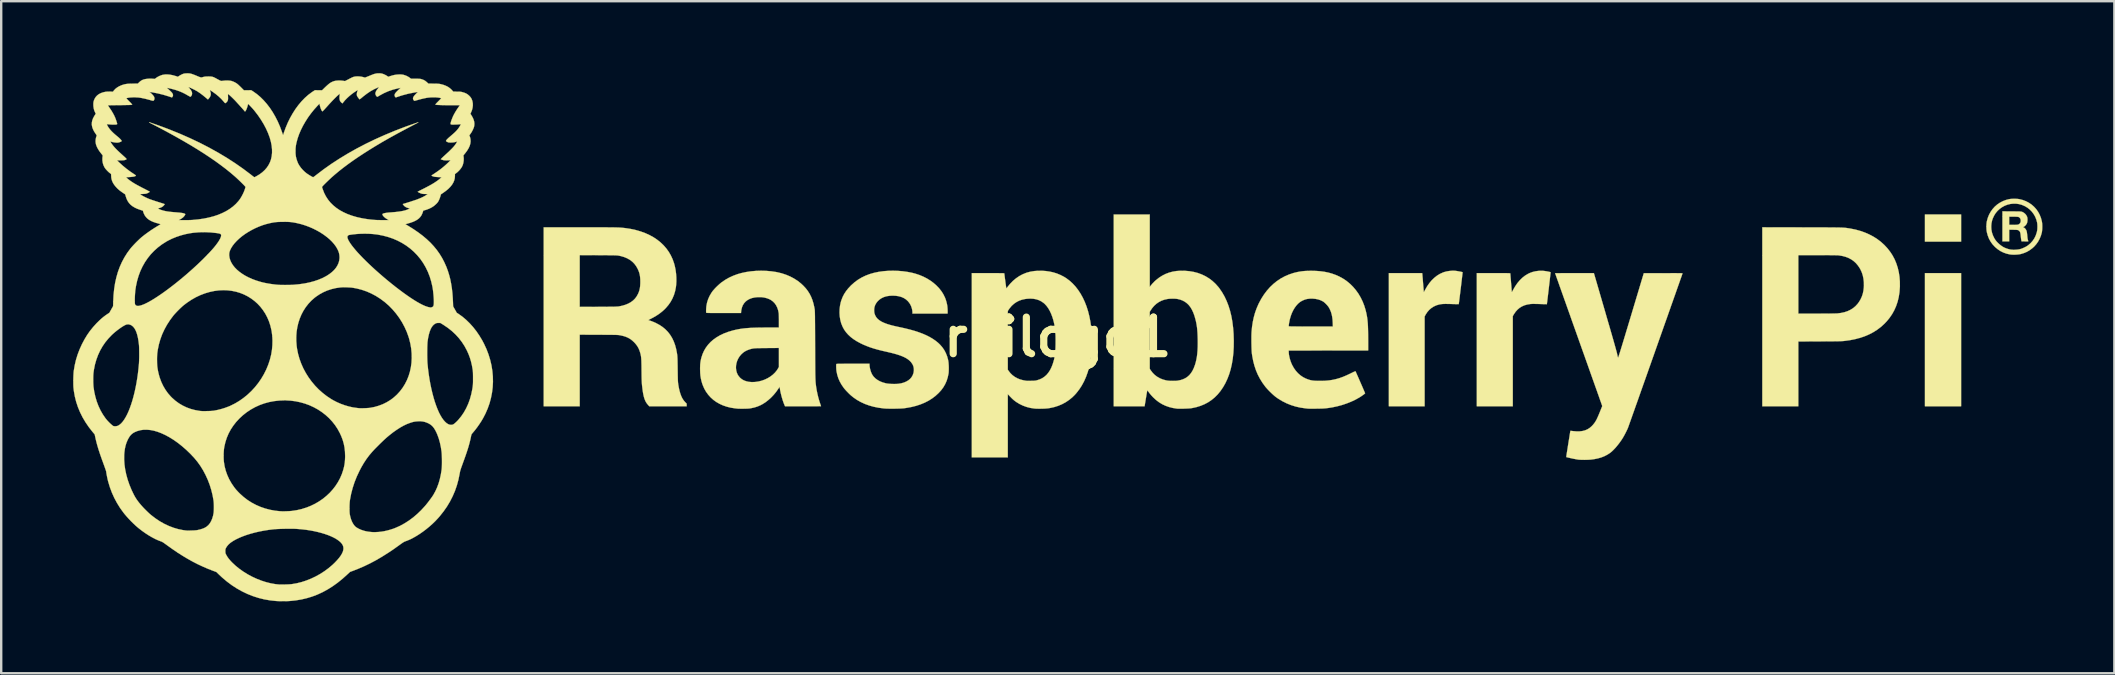
<source format=kicad_pcb>
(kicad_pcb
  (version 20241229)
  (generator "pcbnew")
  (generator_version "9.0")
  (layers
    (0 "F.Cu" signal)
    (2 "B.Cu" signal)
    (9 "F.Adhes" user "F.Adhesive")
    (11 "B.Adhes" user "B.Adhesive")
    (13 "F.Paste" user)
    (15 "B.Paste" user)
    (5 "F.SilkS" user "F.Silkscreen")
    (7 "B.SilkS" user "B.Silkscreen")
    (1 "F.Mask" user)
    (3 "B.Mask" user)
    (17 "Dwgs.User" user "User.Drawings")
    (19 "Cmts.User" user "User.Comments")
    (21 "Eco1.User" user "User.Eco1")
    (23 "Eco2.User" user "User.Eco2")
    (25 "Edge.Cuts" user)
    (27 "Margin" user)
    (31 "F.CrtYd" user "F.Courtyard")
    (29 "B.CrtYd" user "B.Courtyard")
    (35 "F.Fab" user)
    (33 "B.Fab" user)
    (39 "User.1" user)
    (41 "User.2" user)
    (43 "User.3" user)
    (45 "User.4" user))
  (footprint "rpilogo1"
    (layer "F.Cu")
    (at 41.027 11)
    (property "Reference" "rpilogo1" (at 0 0 0) (layer "F.SilkS") (effects (font (size 1.524 1.524) (thickness 0.3))))
    (attr through_hole)
    (fp_poly (pts (xy 37.648 -3.98) (xy 36.14 -3.98) (xy 36.14 -5.114) (xy 37.648 -5.114) (xy 37.648 -3.98)) (stroke (width 0.01) (type solid)) (fill yes) (layer "F.SilkS"))
    (fp_poly (pts (xy 37.648 2.881) (xy 36.14 2.881) (xy 36.14 -2.668) (xy 37.648 -2.668) (xy 37.648 2.881)) (stroke (width 0.01) (type solid)) (fill yes) (layer "F.SilkS"))
    (fp_poly (pts (xy 16.537 -2.767) (xy 16.591 -2.762) (xy 16.621 -2.758) (xy 16.659 -2.752) (xy 16.702 -2.744) (xy 16.746 -2.736) (xy 16.789 -2.728) (xy 16.826 -2.72) (xy 16.855 -2.713) (xy 16.872 -2.708) (xy 16.874 -2.707) (xy 16.874 -2.698) (xy 16.871 -2.674) (xy 16.867 -2.636) (xy 16.861 -2.586) (xy 16.854 -2.526) (xy 16.846 -2.456) (xy 16.837 -2.379) (xy 16.827 -2.295) (xy 16.817 -2.208) (xy 16.806 -2.117) (xy 16.795 -2.025) (xy 16.783 -1.934) (xy 16.773 -1.844) (xy 16.762 -1.757) (xy 16.752 -1.676) (xy 16.743 -1.601) (xy 16.734 -1.535) (xy 16.727 -1.478) (xy 16.721 -1.432) (xy 16.716 -1.399) (xy 16.714 -1.38) (xy 16.713 -1.376) (xy 16.704 -1.375) (xy 16.679 -1.375) (xy 16.642 -1.375) (xy 16.593 -1.376) (xy 16.536 -1.378) (xy 16.471 -1.379) (xy 16.414 -1.381) (xy 16.314 -1.384) (xy 16.229 -1.385) (xy 16.157 -1.386) (xy 16.095 -1.384) (xy 16.042 -1.382) (xy 15.994 -1.377) (xy 15.951 -1.371) (xy 15.909 -1.363) (xy 15.892 -1.36) (xy 15.776 -1.325) (xy 15.668 -1.275) (xy 15.569 -1.211) (xy 15.48 -1.134) (xy 15.402 -1.044) (xy 15.335 -0.941) (xy 15.322 -0.918) (xy 15.291 -0.859) (xy 15.291 2.881) (xy 13.8 2.881) (xy 13.8 -2.668) (xy 15.189 -2.668) (xy 15.192 -2.649) (xy 15.194 -2.636) (xy 15.197 -2.609) (xy 15.2 -2.568) (xy 15.204 -2.516) (xy 15.21 -2.455) (xy 15.215 -2.386) (xy 15.221 -2.312) (xy 15.223 -2.289) (xy 15.229 -2.213) (xy 15.234 -2.141) (xy 15.24 -2.075) (xy 15.245 -2.017) (xy 15.249 -1.969) (xy 15.252 -1.934) (xy 15.254 -1.914) (xy 15.254 -1.911) (xy 15.259 -1.874) (xy 15.31 -1.97) (xy 15.395 -2.118) (xy 15.488 -2.251) (xy 15.587 -2.37) (xy 15.694 -2.473) (xy 15.806 -2.562) (xy 15.925 -2.635) (xy 16.05 -2.692) (xy 16.098 -2.71) (xy 16.201 -2.738) (xy 16.312 -2.757) (xy 16.426 -2.767) (xy 16.537 -2.767)) (stroke (width 0.01) (type solid)) (fill yes) (layer "F.SilkS"))
    (fp_poly (pts (xy 39.76 -5.24) (xy 39.852 -5.24) (xy 39.928 -5.239) (xy 39.99 -5.238) (xy 40.041 -5.238) (xy 40.081 -5.237) (xy 40.112 -5.235) (xy 40.136 -5.233) (xy 40.154 -5.231) (xy 40.168 -5.228) (xy 40.181 -5.225) (xy 40.192 -5.221) (xy 40.2 -5.218) (xy 40.263 -5.184) (xy 40.318 -5.138) (xy 40.364 -5.082) (xy 40.396 -5.021) (xy 40.404 -4.999) (xy 40.411 -4.958) (xy 40.414 -4.907) (xy 40.412 -4.852) (xy 40.405 -4.8) (xy 40.395 -4.757) (xy 40.393 -4.752) (xy 40.369 -4.706) (xy 40.335 -4.661) (xy 40.296 -4.624) (xy 40.261 -4.601) (xy 40.228 -4.584) (xy 40.253 -4.573) (xy 40.297 -4.546) (xy 40.334 -4.506) (xy 40.362 -4.459) (xy 40.372 -4.435) (xy 40.38 -4.408) (xy 40.387 -4.377) (xy 40.393 -4.337) (xy 40.399 -4.287) (xy 40.405 -4.225) (xy 40.409 -4.18) (xy 40.415 -4.125) (xy 40.423 -4.081) (xy 40.433 -4.042) (xy 40.448 -4.004) (xy 40.449 -3.998) (xy 40.447 -3.994) (xy 40.437 -3.992) (xy 40.419 -3.99) (xy 40.39 -3.99) (xy 40.348 -3.99) (xy 40.311 -3.991) (xy 40.168 -3.993) (xy 40.157 -4.035) (xy 40.153 -4.06) (xy 40.147 -4.097) (xy 40.142 -4.14) (xy 40.137 -4.184) (xy 40.13 -4.251) (xy 40.123 -4.304) (xy 40.115 -4.345) (xy 40.105 -4.377) (xy 40.092 -4.401) (xy 40.075 -4.422) (xy 40.067 -4.43) (xy 40.05 -4.444) (xy 40.032 -4.455) (xy 40.01 -4.464) (xy 39.981 -4.469) (xy 39.944 -4.472) (xy 39.896 -4.474) (xy 39.834 -4.475) (xy 39.818 -4.475) (xy 39.651 -4.475) (xy 39.651 -3.989) (xy 39.37 -3.989) (xy 39.37 -4.679) (xy 39.651 -4.679) (xy 39.815 -4.68) (xy 39.869 -4.68) (xy 39.919 -4.681) (xy 39.962 -4.683) (xy 39.994 -4.685) (xy 40.013 -4.688) (xy 40.059 -4.706) (xy 40.095 -4.737) (xy 40.12 -4.779) (xy 40.132 -4.828) (xy 40.131 -4.884) (xy 40.128 -4.901) (xy 40.111 -4.946) (xy 40.082 -4.982) (xy 40.045 -5.006) (xy 40.03 -5.011) (xy 40.01 -5.014) (xy 39.976 -5.017) (xy 39.93 -5.019) (xy 39.876 -5.02) (xy 39.824 -5.02) (xy 39.651 -5.02) (xy 39.651 -4.679) (xy 39.37 -4.679) (xy 39.37 -5.243) (xy 39.76 -5.24)) (stroke (width 0.01) (type solid)) (fill yes) (layer "F.SilkS"))
    (fp_poly (pts (xy 20.245 -2.763) (xy 20.284 -2.758) (xy 20.329 -2.752) (xy 20.377 -2.744) (xy 20.424 -2.735) (xy 20.467 -2.727) (xy 20.503 -2.718) (xy 20.528 -2.711) (xy 20.54 -2.706) (xy 20.54 -2.697) (xy 20.538 -2.673) (xy 20.534 -2.635) (xy 20.528 -2.585) (xy 20.521 -2.524) (xy 20.513 -2.454) (xy 20.505 -2.377) (xy 20.495 -2.294) (xy 20.485 -2.206) (xy 20.474 -2.115) (xy 20.464 -2.023) (xy 20.453 -1.932) (xy 20.442 -1.842) (xy 20.432 -1.755) (xy 20.422 -1.674) (xy 20.413 -1.599) (xy 20.405 -1.532) (xy 20.398 -1.475) (xy 20.392 -1.429) (xy 20.388 -1.396) (xy 20.385 -1.378) (xy 20.384 -1.374) (xy 20.375 -1.374) (xy 20.352 -1.374) (xy 20.315 -1.375) (xy 20.266 -1.376) (xy 20.209 -1.377) (xy 20.144 -1.379) (xy 20.083 -1.381) (xy 19.989 -1.384) (xy 19.91 -1.385) (xy 19.845 -1.386) (xy 19.791 -1.386) (xy 19.747 -1.384) (xy 19.711 -1.382) (xy 19.697 -1.381) (xy 19.569 -1.36) (xy 19.452 -1.327) (xy 19.345 -1.28) (xy 19.249 -1.221) (xy 19.162 -1.147) (xy 19.084 -1.06) (xy 19.014 -0.958) (xy 19.004 -0.942) (xy 18.965 -0.874) (xy 18.965 2.881) (xy 17.465 2.881) (xy 17.465 -2.668) (xy 18.164 -2.668) (xy 18.289 -2.668) (xy 18.399 -2.668) (xy 18.493 -2.668) (xy 18.574 -2.667) (xy 18.643 -2.667) (xy 18.699 -2.667) (xy 18.745 -2.666) (xy 18.782 -2.665) (xy 18.81 -2.664) (xy 18.831 -2.663) (xy 18.845 -2.661) (xy 18.854 -2.66) (xy 18.86 -2.657) (xy 18.862 -2.655) (xy 18.863 -2.653) (xy 18.863 -2.641) (xy 18.865 -2.615) (xy 18.868 -2.575) (xy 18.872 -2.524) (xy 18.877 -2.463) (xy 18.883 -2.394) (xy 18.889 -2.319) (xy 18.892 -2.276) (xy 18.899 -2.198) (xy 18.905 -2.125) (xy 18.91 -2.058) (xy 18.914 -1.999) (xy 18.918 -1.951) (xy 18.921 -1.915) (xy 18.922 -1.893) (xy 18.922 -1.888) (xy 18.924 -1.88) (xy 18.929 -1.882) (xy 18.938 -1.895) (xy 18.953 -1.921) (xy 18.974 -1.96) (xy 18.977 -1.967) (xy 19.064 -2.117) (xy 19.157 -2.253) (xy 19.258 -2.372) (xy 19.365 -2.477) (xy 19.478 -2.565) (xy 19.599 -2.638) (xy 19.679 -2.676) (xy 19.792 -2.717) (xy 19.915 -2.746) (xy 20.041 -2.763) (xy 20.168 -2.767) (xy 20.245 -2.763)) (stroke (width 0.01) (type solid)) (fill yes) (layer "F.SilkS"))
    (fp_poly (pts (xy 39.918 -5.765) (xy 39.989 -5.762) (xy 40.051 -5.755) (xy 40.081 -5.75) (xy 40.22 -5.714) (xy 40.351 -5.664) (xy 40.473 -5.6) (xy 40.586 -5.523) (xy 40.687 -5.434) (xy 40.778 -5.334) (xy 40.856 -5.223) (xy 40.921 -5.103) (xy 40.973 -4.974) (xy 41.01 -4.837) (xy 41.02 -4.782) (xy 41.026 -4.733) (xy 41.029 -4.672) (xy 41.03 -4.605) (xy 41.029 -4.536) (xy 41.025 -4.469) (xy 41.019 -4.41) (xy 41.012 -4.363) (xy 41.011 -4.361) (xy 40.973 -4.227) (xy 40.92 -4.1) (xy 40.855 -3.98) (xy 40.777 -3.87) (xy 40.689 -3.771) (xy 40.608 -3.699) (xy 40.501 -3.621) (xy 40.392 -3.557) (xy 40.277 -3.508) (xy 40.153 -3.469) (xy 40.129 -3.463) (xy 40.063 -3.451) (xy 39.987 -3.443) (xy 39.905 -3.438) (xy 39.823 -3.437) (xy 39.746 -3.441) (xy 39.681 -3.448) (xy 39.544 -3.479) (xy 39.413 -3.525) (xy 39.288 -3.587) (xy 39.172 -3.664) (xy 39.064 -3.755) (xy 39.055 -3.764) (xy 38.959 -3.867) (xy 38.879 -3.978) (xy 38.813 -4.096) (xy 38.762 -4.224) (xy 38.724 -4.362) (xy 38.721 -4.373) (xy 38.709 -4.448) (xy 38.703 -4.534) (xy 38.701 -4.615) (xy 38.903 -4.615) (xy 38.909 -4.49) (xy 38.932 -4.367) (xy 38.971 -4.247) (xy 39.026 -4.132) (xy 39.072 -4.056) (xy 39.12 -3.994) (xy 39.18 -3.93) (xy 39.248 -3.868) (xy 39.32 -3.811) (xy 39.392 -3.763) (xy 39.434 -3.74) (xy 39.483 -3.718) (xy 39.542 -3.695) (xy 39.604 -3.675) (xy 39.663 -3.659) (xy 39.693 -3.652) (xy 39.753 -3.645) (xy 39.824 -3.641) (xy 39.901 -3.642) (xy 39.977 -3.647) (xy 40.048 -3.656) (xy 40.107 -3.668) (xy 40.176 -3.69) (xy 40.25 -3.721) (xy 40.324 -3.756) (xy 40.392 -3.795) (xy 40.44 -3.828) (xy 40.539 -3.913) (xy 40.625 -4.008) (xy 40.697 -4.113) (xy 40.754 -4.227) (xy 40.796 -4.348) (xy 40.815 -4.428) (xy 40.823 -4.481) (xy 40.827 -4.545) (xy 40.828 -4.614) (xy 40.826 -4.681) (xy 40.821 -4.741) (xy 40.816 -4.774) (xy 40.783 -4.898) (xy 40.736 -5.016) (xy 40.674 -5.125) (xy 40.6 -5.225) (xy 40.513 -5.315) (xy 40.415 -5.393) (xy 40.306 -5.458) (xy 40.295 -5.463) (xy 40.179 -5.513) (xy 40.063 -5.545) (xy 39.943 -5.562) (xy 39.818 -5.563) (xy 39.818 -5.563) (xy 39.693 -5.549) (xy 39.574 -5.519) (xy 39.46 -5.474) (xy 39.353 -5.415) (xy 39.254 -5.344) (xy 39.165 -5.261) (xy 39.087 -5.167) (xy 39.022 -5.063) (xy 38.969 -4.95) (xy 38.94 -4.865) (xy 38.913 -4.74) (xy 38.903 -4.615) (xy 38.701 -4.615) (xy 38.701 -4.623) (xy 38.705 -4.712) (xy 38.714 -4.792) (xy 38.721 -4.83) (xy 38.759 -4.969) (xy 38.811 -5.1) (xy 38.877 -5.221) (xy 38.956 -5.333) (xy 39.046 -5.434) (xy 39.148 -5.524) (xy 39.261 -5.601) (xy 39.383 -5.665) (xy 39.513 -5.716) (xy 39.649 -5.751) (xy 39.704 -5.759) (xy 39.77 -5.764) (xy 39.844 -5.766) (xy 39.918 -5.765)) (stroke (width 0.01) (type solid)) (fill yes) (layer "F.SilkS"))
    (fp_poly (pts (xy 31.032 -4.575) (xy 31.232 -4.574) (xy 31.416 -4.574) (xy 31.585 -4.574) (xy 31.739 -4.573) (xy 31.879 -4.573) (xy 32.006 -4.573) (xy 32.121 -4.572) (xy 32.224 -4.572) (xy 32.317 -4.571) (xy 32.4 -4.57) (xy 32.473 -4.569) (xy 32.539 -4.568) (xy 32.596 -4.567) (xy 32.648 -4.566) (xy 32.693 -4.564) (xy 32.733 -4.562) (xy 32.769 -4.56) (xy 32.801 -4.557) (xy 32.831 -4.555) (xy 32.859 -4.552) (xy 32.885 -4.548) (xy 32.911 -4.544) (xy 32.938 -4.54) (xy 32.966 -4.536) (xy 32.996 -4.531) (xy 33.028 -4.526) (xy 33.241 -4.484) (xy 33.444 -4.428) (xy 33.639 -4.36) (xy 33.823 -4.279) (xy 33.998 -4.186) (xy 34.162 -4.081) (xy 34.315 -3.963) (xy 34.455 -3.835) (xy 34.584 -3.695) (xy 34.7 -3.545) (xy 34.792 -3.403) (xy 34.877 -3.243) (xy 34.948 -3.073) (xy 35.006 -2.895) (xy 35.05 -2.709) (xy 35.08 -2.517) (xy 35.095 -2.319) (xy 35.097 -2.116) (xy 35.083 -1.909) (xy 35.078 -1.859) (xy 35.047 -1.664) (xy 35.001 -1.476) (xy 34.94 -1.296) (xy 34.864 -1.124) (xy 34.774 -0.961) (xy 34.668 -0.806) (xy 34.548 -0.66) (xy 34.437 -0.545) (xy 34.295 -0.418) (xy 34.144 -0.304) (xy 33.983 -0.203) (xy 33.812 -0.114) (xy 33.63 -0.036) (xy 33.438 0.029) (xy 33.233 0.083) (xy 33.017 0.126) (xy 32.788 0.157) (xy 32.773 0.159) (xy 32.749 0.161) (xy 32.722 0.163) (xy 32.692 0.165) (xy 32.658 0.167) (xy 32.618 0.168) (xy 32.571 0.17) (xy 32.516 0.171) (xy 32.452 0.172) (xy 32.378 0.173) (xy 32.293 0.174) (xy 32.196 0.174) (xy 32.086 0.175) (xy 31.961 0.176) (xy 31.821 0.176) (xy 31.752 0.177) (xy 30.864 0.18) (xy 30.864 2.881) (xy 29.363 2.881) (xy 29.363 -0.98) (xy 30.864 -0.98) (xy 31.629 -0.98) (xy 31.75 -0.98) (xy 31.866 -0.981) (xy 31.977 -0.981) (xy 32.08 -0.982) (xy 32.176 -0.983) (xy 32.261 -0.983) (xy 32.335 -0.984) (xy 32.398 -0.986) (xy 32.446 -0.987) (xy 32.479 -0.988) (xy 32.492 -0.989) (xy 32.646 -1.009) (xy 32.788 -1.04) (xy 32.919 -1.084) (xy 33.039 -1.141) (xy 33.147 -1.209) (xy 33.245 -1.291) (xy 33.332 -1.385) (xy 33.386 -1.458) (xy 33.453 -1.567) (xy 33.507 -1.681) (xy 33.548 -1.8) (xy 33.576 -1.928) (xy 33.593 -2.065) (xy 33.597 -2.139) (xy 33.595 -2.292) (xy 33.578 -2.44) (xy 33.548 -2.581) (xy 33.503 -2.714) (xy 33.444 -2.838) (xy 33.432 -2.86) (xy 33.357 -2.974) (xy 33.272 -3.076) (xy 33.178 -3.163) (xy 33.073 -3.238) (xy 32.958 -3.299) (xy 32.832 -3.348) (xy 32.695 -3.384) (xy 32.546 -3.408) (xy 32.538 -3.409) (xy 32.517 -3.411) (xy 32.479 -3.412) (xy 32.426 -3.413) (xy 32.359 -3.414) (xy 32.279 -3.415) (xy 32.187 -3.416) (xy 32.083 -3.417) (xy 31.969 -3.417) (xy 31.846 -3.418) (xy 31.715 -3.418) (xy 31.663 -3.418) (xy 30.864 -3.418) (xy 30.864 -0.98) (xy 29.363 -0.98) (xy 29.363 -4.578) (xy 31.032 -4.575)) (stroke (width 0.01) (type solid)) (fill yes) (layer "F.SilkS"))
    (fp_poly (pts (xy 3.836 -2.095) (xy 3.872 -2.141) (xy 3.954 -2.239) (xy 4.041 -2.328) (xy 4.099 -2.38) (xy 4.226 -2.48) (xy 4.358 -2.564) (xy 4.496 -2.634) (xy 4.641 -2.689) (xy 4.794 -2.73) (xy 4.954 -2.756) (xy 5.123 -2.767) (xy 5.3 -2.765) (xy 5.487 -2.749) (xy 5.493 -2.748) (xy 5.672 -2.718) (xy 5.843 -2.673) (xy 6.006 -2.612) (xy 6.161 -2.538) (xy 6.307 -2.449) (xy 6.444 -2.346) (xy 6.571 -2.229) (xy 6.688 -2.099) (xy 6.734 -2.041) (xy 6.847 -1.876) (xy 6.949 -1.7) (xy 7.038 -1.512) (xy 7.116 -1.313) (xy 7.182 -1.101) (xy 7.237 -0.877) (xy 7.279 -0.641) (xy 7.31 -0.393) (xy 7.33 -0.132) (xy 7.33 -0.129) (xy 7.338 0.146) (xy 7.335 0.409) (xy 7.321 0.659) (xy 7.295 0.898) (xy 7.257 1.124) (xy 7.208 1.339) (xy 7.147 1.542) (xy 7.074 1.733) (xy 6.99 1.914) (xy 6.894 2.083) (xy 6.786 2.242) (xy 6.777 2.253) (xy 6.665 2.389) (xy 6.543 2.511) (xy 6.411 2.619) (xy 6.27 2.714) (xy 6.119 2.794) (xy 5.957 2.861) (xy 5.785 2.915) (xy 5.603 2.955) (xy 5.557 2.962) (xy 5.526 2.966) (xy 5.481 2.969) (xy 5.426 2.973) (xy 5.363 2.975) (xy 5.296 2.978) (xy 5.227 2.98) (xy 5.16 2.981) (xy 5.098 2.981) (xy 5.044 2.981) (xy 5 2.98) (xy 4.97 2.978) (xy 4.969 2.978) (xy 4.799 2.951) (xy 4.64 2.911) (xy 4.491 2.858) (xy 4.35 2.791) (xy 4.218 2.71) (xy 4.093 2.614) (xy 3.974 2.503) (xy 3.971 2.5) (xy 3.894 2.417) (xy 3.829 2.339) (xy 3.775 2.266) (xy 3.757 2.242) (xy 3.743 2.226) (xy 3.734 2.221) (xy 3.734 2.222) (xy 3.731 2.232) (xy 3.726 2.256) (xy 3.719 2.294) (xy 3.71 2.342) (xy 3.7 2.399) (xy 3.69 2.462) (xy 3.683 2.506) (xy 3.671 2.575) (xy 3.661 2.641) (xy 3.651 2.701) (xy 3.642 2.753) (xy 3.636 2.795) (xy 3.631 2.823) (xy 3.629 2.832) (xy 3.621 2.881) (xy 2.335 2.881) (xy 2.335 -1.054) (xy 3.836 -1.054) (xy 3.836 1.32) (xy 3.88 1.386) (xy 3.957 1.486) (xy 4.046 1.575) (xy 4.146 1.65) (xy 4.256 1.713) (xy 4.376 1.762) (xy 4.505 1.798) (xy 4.573 1.811) (xy 4.618 1.816) (xy 4.675 1.82) (xy 4.738 1.822) (xy 4.804 1.823) (xy 4.869 1.822) (xy 4.927 1.82) (xy 4.974 1.817) (xy 4.989 1.815) (xy 5.111 1.791) (xy 5.22 1.756) (xy 5.319 1.71) (xy 5.407 1.652) (xy 5.486 1.582) (xy 5.555 1.498) (xy 5.617 1.401) (xy 5.671 1.289) (xy 5.719 1.161) (xy 5.72 1.159) (xy 5.752 1.052) (xy 5.778 0.94) (xy 5.8 0.821) (xy 5.816 0.695) (xy 5.828 0.558) (xy 5.835 0.41) (xy 5.837 0.249) (xy 5.836 0.098) (xy 5.832 -0.047) (xy 5.826 -0.177) (xy 5.817 -0.296) (xy 5.806 -0.406) (xy 5.79 -0.511) (xy 5.772 -0.612) (xy 5.749 -0.712) (xy 5.74 -0.746) (xy 5.698 -0.894) (xy 5.649 -1.027) (xy 5.594 -1.144) (xy 5.532 -1.248) (xy 5.462 -1.337) (xy 5.385 -1.412) (xy 5.3 -1.475) (xy 5.206 -1.526) (xy 5.102 -1.565) (xy 4.995 -1.591) (xy 4.941 -1.599) (xy 4.875 -1.603) (xy 4.802 -1.605) (xy 4.727 -1.604) (xy 4.655 -1.6) (xy 4.591 -1.593) (xy 4.573 -1.59) (xy 4.442 -1.561) (xy 4.321 -1.517) (xy 4.21 -1.459) (xy 4.107 -1.387) (xy 4.014 -1.301) (xy 3.93 -1.2) (xy 3.865 -1.103) (xy 3.836 -1.054) (xy 2.335 -1.054) (xy 2.335 -5.114) (xy 3.836 -5.114) (xy 3.836 -2.095)) (stroke (width 0.01) (type solid)) (fill yes) (layer "F.SilkS"))
    (fp_poly (pts (xy -0.492 -2.755) (xy -0.329 -2.731) (xy -0.194 -2.702) (xy -0.036 -2.654) (xy 0.118 -2.59) (xy 0.265 -2.514) (xy 0.355 -2.458) (xy 0.49 -2.357) (xy 0.618 -2.242) (xy 0.738 -2.113) (xy 0.849 -1.97) (xy 0.951 -1.815) (xy 1.045 -1.647) (xy 1.128 -1.469) (xy 1.202 -1.28) (xy 1.265 -1.081) (xy 1.318 -0.873) (xy 1.36 -0.656) (xy 1.373 -0.568) (xy 1.393 -0.405) (xy 1.407 -0.231) (xy 1.417 -0.05) (xy 1.422 0.135) (xy 1.421 0.318) (xy 1.416 0.496) (xy 1.405 0.665) (xy 1.393 0.784) (xy 1.36 1.015) (xy 1.314 1.236) (xy 1.256 1.445) (xy 1.185 1.644) (xy 1.103 1.832) (xy 1.008 2.009) (xy 0.902 2.173) (xy 0.783 2.326) (xy 0.738 2.378) (xy 0.614 2.503) (xy 0.48 2.613) (xy 0.337 2.71) (xy 0.184 2.793) (xy 0.023 2.861) (xy -0.148 2.915) (xy -0.327 2.954) (xy -0.375 2.962) (xy -0.428 2.968) (xy -0.494 2.974) (xy -0.569 2.978) (xy -0.649 2.981) (xy -0.73 2.982) (xy -0.808 2.982) (xy -0.88 2.981) (xy -0.941 2.977) (xy -0.966 2.975) (xy -1.134 2.95) (xy -1.295 2.909) (xy -1.449 2.853) (xy -1.594 2.783) (xy -1.731 2.699) (xy -1.826 2.627) (xy -1.853 2.604) (xy -1.888 2.572) (xy -1.926 2.535) (xy -1.965 2.495) (xy -1.982 2.478) (xy -2.08 2.376) (xy -2.08 5.012) (xy -3.58 5.012) (xy -3.58 1.353) (xy -2.08 1.353) (xy -2.044 1.407) (xy -1.971 1.5) (xy -1.886 1.583) (xy -1.79 1.654) (xy -1.683 1.714) (xy -1.568 1.761) (xy -1.445 1.794) (xy -1.406 1.802) (xy -1.369 1.808) (xy -1.335 1.814) (xy -1.311 1.818) (xy -1.304 1.819) (xy -1.289 1.82) (xy -1.26 1.821) (xy -1.22 1.821) (xy -1.172 1.821) (xy -1.119 1.82) (xy -1.112 1.82) (xy -1.051 1.819) (xy -1.004 1.818) (xy -0.966 1.815) (xy -0.935 1.812) (xy -0.907 1.807) (xy -0.877 1.801) (xy -0.857 1.795) (xy -0.744 1.758) (xy -0.642 1.709) (xy -0.549 1.646) (xy -0.464 1.571) (xy -0.389 1.481) (xy -0.321 1.378) (xy -0.261 1.26) (xy -0.209 1.127) (xy -0.178 1.027) (xy -0.157 0.953) (xy -0.14 0.883) (xy -0.126 0.814) (xy -0.114 0.743) (xy -0.105 0.669) (xy -0.099 0.588) (xy -0.094 0.499) (xy -0.09 0.397) (xy -0.088 0.281) (xy -0.088 0.27) (xy -0.087 0.11) (xy -0.089 -0.034) (xy -0.095 -0.167) (xy -0.105 -0.289) (xy -0.119 -0.404) (xy -0.136 -0.513) (xy -0.159 -0.618) (xy -0.186 -0.722) (xy -0.218 -0.827) (xy -0.27 -0.967) (xy -0.329 -1.094) (xy -0.395 -1.207) (xy -0.467 -1.305) (xy -0.545 -1.389) (xy -0.589 -1.426) (xy -0.683 -1.491) (xy -0.785 -1.542) (xy -0.895 -1.578) (xy -1.014 -1.6) (xy -1.141 -1.607) (xy -1.276 -1.6) (xy -1.361 -1.589) (xy -1.489 -1.561) (xy -1.61 -1.518) (xy -1.722 -1.46) (xy -1.826 -1.388) (xy -1.92 -1.302) (xy -2.003 -1.203) (xy -2.045 -1.142) (xy -2.08 -1.087) (xy -2.08 0.133) (xy -2.08 1.353) (xy -3.58 1.353) (xy -3.58 -2.668) (xy -2.902 -2.668) (xy -2.774 -2.668) (xy -2.662 -2.668) (xy -2.565 -2.667) (xy -2.483 -2.667) (xy -2.414 -2.666) (xy -2.357 -2.666) (xy -2.312 -2.665) (xy -2.277 -2.664) (xy -2.252 -2.662) (xy -2.235 -2.661) (xy -2.227 -2.659) (xy -2.225 -2.657) (xy -2.224 -2.646) (xy -2.22 -2.619) (xy -2.216 -2.581) (xy -2.21 -2.534) (xy -2.203 -2.478) (xy -2.195 -2.418) (xy -2.186 -2.355) (xy -2.178 -2.292) (xy -2.17 -2.231) (xy -2.162 -2.175) (xy -2.155 -2.125) (xy -2.15 -2.084) (xy -2.146 -2.055) (xy -2.143 -2.04) (xy -2.143 -2.038) (xy -2.136 -2.039) (xy -2.122 -2.052) (xy -2.102 -2.077) (xy -2.089 -2.094) (xy -1.981 -2.225) (xy -1.865 -2.344) (xy -1.74 -2.449) (xy -1.608 -2.54) (xy -1.47 -2.615) (xy -1.326 -2.675) (xy -1.272 -2.693) (xy -1.13 -2.73) (xy -0.978 -2.754) (xy -0.82 -2.766) (xy -0.657 -2.767) (xy -0.492 -2.755)) (stroke (width 0.01) (type solid)) (fill yes) (layer "F.SilkS"))
    (fp_poly (pts (xy -19.9 -4.577) (xy -19.704 -4.577) (xy -19.524 -4.577) (xy -19.36 -4.577) (xy -19.21 -4.577) (xy -19.073 -4.577) (xy -18.95 -4.576) (xy -18.838 -4.576) (xy -18.738 -4.575) (xy -18.648 -4.575) (xy -18.567 -4.574) (xy -18.495 -4.573) (xy -18.431 -4.571) (xy -18.374 -4.57) (xy -18.323 -4.568) (xy -18.277 -4.567) (xy -18.236 -4.565) (xy -18.198 -4.562) (xy -18.163 -4.56) (xy -18.13 -4.557) (xy -18.098 -4.553) (xy -18.066 -4.55) (xy -18.034 -4.546) (xy -18.008 -4.543) (xy -17.788 -4.509) (xy -17.578 -4.463) (xy -17.379 -4.405) (xy -17.19 -4.336) (xy -17.014 -4.256) (xy -16.848 -4.166) (xy -16.695 -4.064) (xy -16.555 -3.953) (xy -16.427 -3.831) (xy -16.312 -3.7) (xy -16.21 -3.558) (xy -16.122 -3.408) (xy -16.048 -3.249) (xy -15.988 -3.08) (xy -15.956 -2.962) (xy -15.925 -2.81) (xy -15.904 -2.653) (xy -15.893 -2.493) (xy -15.891 -2.335) (xy -15.899 -2.184) (xy -15.91 -2.088) (xy -15.942 -1.923) (xy -15.989 -1.766) (xy -16.051 -1.617) (xy -16.128 -1.475) (xy -16.221 -1.341) (xy -16.329 -1.215) (xy -16.365 -1.178) (xy -16.469 -1.081) (xy -16.581 -0.992) (xy -16.703 -0.908) (xy -16.838 -0.828) (xy -16.922 -0.783) (xy -16.972 -0.758) (xy -17.008 -0.739) (xy -17.033 -0.725) (xy -17.046 -0.716) (xy -17.051 -0.71) (xy -17.049 -0.706) (xy -17.041 -0.704) (xy -17.038 -0.703) (xy -17.007 -0.694) (xy -16.965 -0.68) (xy -16.914 -0.661) (xy -16.86 -0.64) (xy -16.805 -0.617) (xy -16.754 -0.594) (xy -16.736 -0.585) (xy -16.593 -0.508) (xy -16.464 -0.422) (xy -16.347 -0.325) (xy -16.242 -0.217) (xy -16.15 -0.098) (xy -16.07 0.032) (xy -16.002 0.174) (xy -15.945 0.328) (xy -15.9 0.494) (xy -15.866 0.673) (xy -15.857 0.733) (xy -15.854 0.761) (xy -15.851 0.794) (xy -15.849 0.834) (xy -15.846 0.882) (xy -15.844 0.938) (xy -15.842 1.006) (xy -15.841 1.086) (xy -15.839 1.179) (xy -15.838 1.287) (xy -15.837 1.347) (xy -15.835 1.455) (xy -15.834 1.548) (xy -15.833 1.627) (xy -15.831 1.694) (xy -15.83 1.75) (xy -15.828 1.797) (xy -15.826 1.837) (xy -15.824 1.871) (xy -15.821 1.9) (xy -15.818 1.926) (xy -15.815 1.951) (xy -15.813 1.965) (xy -15.789 2.104) (xy -15.762 2.227) (xy -15.731 2.336) (xy -15.697 2.432) (xy -15.659 2.518) (xy -15.616 2.593) (xy -15.567 2.661) (xy -15.515 2.718) (xy -15.462 2.772) (xy -15.462 2.881) (xy -17.02 2.881) (xy -17.07 2.827) (xy -17.117 2.769) (xy -17.159 2.706) (xy -17.194 2.636) (xy -17.224 2.557) (xy -17.25 2.468) (xy -17.272 2.366) (xy -17.292 2.249) (xy -17.297 2.208) (xy -17.306 2.141) (xy -17.313 2.08) (xy -17.32 2.024) (xy -17.325 1.97) (xy -17.329 1.916) (xy -17.332 1.859) (xy -17.335 1.798) (xy -17.337 1.73) (xy -17.339 1.653) (xy -17.34 1.565) (xy -17.341 1.463) (xy -17.342 1.398) (xy -17.343 1.283) (xy -17.344 1.184) (xy -17.346 1.098) (xy -17.348 1.025) (xy -17.35 0.961) (xy -17.354 0.907) (xy -17.357 0.86) (xy -17.362 0.818) (xy -17.368 0.78) (xy -17.375 0.744) (xy -17.382 0.708) (xy -17.388 0.686) (xy -17.424 0.568) (xy -17.469 0.461) (xy -17.525 0.365) (xy -17.595 0.274) (xy -17.652 0.212) (xy -17.733 0.138) (xy -17.816 0.076) (xy -17.904 0.025) (xy -18.001 -0.017) (xy -18.108 -0.05) (xy -18.228 -0.077) (xy -18.232 -0.078) (xy -18.251 -0.081) (xy -18.268 -0.084) (xy -18.286 -0.086) (xy -18.305 -0.089) (xy -18.326 -0.09) (xy -18.352 -0.092) (xy -18.382 -0.093) (xy -18.419 -0.095) (xy -18.463 -0.096) (xy -18.515 -0.096) (xy -18.577 -0.097) (xy -18.649 -0.098) (xy -18.734 -0.098) (xy -18.831 -0.099) (xy -18.943 -0.099) (xy -19.07 -0.1) (xy -19.129 -0.1) (xy -19.919 -0.103) (xy -19.919 2.881) (xy -21.42 2.881) (xy -21.42 -1.261) (xy -19.919 -1.261) (xy -19.142 -1.264) (xy -19.006 -1.265) (xy -18.886 -1.265) (xy -18.781 -1.266) (xy -18.689 -1.267) (xy -18.611 -1.267) (xy -18.543 -1.268) (xy -18.486 -1.269) (xy -18.439 -1.27) (xy -18.399 -1.272) (xy -18.366 -1.273) (xy -18.34 -1.275) (xy -18.318 -1.277) (xy -18.3 -1.279) (xy -18.284 -1.281) (xy -18.14 -1.312) (xy -18.01 -1.351) (xy -17.894 -1.399) (xy -17.791 -1.456) (xy -17.7 -1.523) (xy -17.621 -1.6) (xy -17.553 -1.688) (xy -17.497 -1.786) (xy -17.461 -1.866) (xy -17.433 -1.948) (xy -17.413 -2.036) (xy -17.4 -2.132) (xy -17.394 -2.239) (xy -17.393 -2.306) (xy -17.395 -2.415) (xy -17.403 -2.511) (xy -17.416 -2.598) (xy -17.437 -2.681) (xy -17.465 -2.761) (xy -17.502 -2.844) (xy -17.506 -2.851) (xy -17.569 -2.962) (xy -17.643 -3.06) (xy -17.73 -3.147) (xy -17.829 -3.222) (xy -17.94 -3.285) (xy -18.064 -3.337) (xy -18.2 -3.377) (xy -18.278 -3.394) (xy -18.294 -3.397) (xy -18.311 -3.4) (xy -18.328 -3.402) (xy -18.348 -3.405) (xy -18.37 -3.406) (xy -18.397 -3.408) (xy -18.43 -3.409) (xy -18.469 -3.41) (xy -18.516 -3.411) (xy -18.572 -3.412) (xy -18.638 -3.413) (xy -18.716 -3.413) (xy -18.806 -3.414) (xy -18.91 -3.414) (xy -19.029 -3.415) (xy -19.146 -3.416) (xy -19.919 -3.419) (xy -19.919 -1.261) (xy -21.42 -1.261) (xy -21.42 -4.577) (xy -19.9 -4.577)) (stroke (width 0.01) (type solid)) (fill yes) (layer "F.SilkS"))
    (fp_poly (pts (xy 10.578 -2.765) (xy 10.771 -2.76) (xy 10.951 -2.746) (xy 11.121 -2.723) (xy 11.281 -2.69) (xy 11.435 -2.647) (xy 11.584 -2.593) (xy 11.73 -2.529) (xy 11.741 -2.523) (xy 11.897 -2.437) (xy 12.044 -2.337) (xy 12.181 -2.223) (xy 12.309 -2.097) (xy 12.426 -1.959) (xy 12.533 -1.81) (xy 12.627 -1.65) (xy 12.709 -1.481) (xy 12.778 -1.304) (xy 12.827 -1.142) (xy 12.847 -1.063) (xy 12.865 -0.986) (xy 12.88 -0.909) (xy 12.894 -0.83) (xy 12.905 -0.749) (xy 12.914 -0.662) (xy 12.922 -0.57) (xy 12.928 -0.469) (xy 12.932 -0.359) (xy 12.935 -0.238) (xy 12.937 -0.103) (xy 12.938 0.045) (xy 12.939 0.138) (xy 12.939 0.554) (xy 11.283 0.556) (xy 9.627 0.558) (xy 9.628 0.626) (xy 9.634 0.71) (xy 9.65 0.802) (xy 9.673 0.9) (xy 9.704 0.999) (xy 9.741 1.096) (xy 9.772 1.163) (xy 9.842 1.288) (xy 9.923 1.402) (xy 10.014 1.503) (xy 10.115 1.592) (xy 10.224 1.666) (xy 10.341 1.726) (xy 10.439 1.763) (xy 10.492 1.78) (xy 10.54 1.793) (xy 10.585 1.802) (xy 10.632 1.809) (xy 10.684 1.815) (xy 10.744 1.818) (xy 10.817 1.821) (xy 10.843 1.821) (xy 11.01 1.822) (xy 11.166 1.816) (xy 11.314 1.802) (xy 11.456 1.78) (xy 11.596 1.749) (xy 11.737 1.709) (xy 11.88 1.658) (xy 12.028 1.596) (xy 12.184 1.523) (xy 12.243 1.494) (xy 12.291 1.47) (xy 12.333 1.45) (xy 12.369 1.434) (xy 12.395 1.424) (xy 12.408 1.42) (xy 12.41 1.42) (xy 12.414 1.43) (xy 12.425 1.453) (xy 12.441 1.488) (xy 12.461 1.534) (xy 12.485 1.588) (xy 12.513 1.65) (xy 12.542 1.717) (xy 12.573 1.789) (xy 12.605 1.862) (xy 12.637 1.935) (xy 12.669 2.008) (xy 12.699 2.077) (xy 12.727 2.142) (xy 12.752 2.201) (xy 12.774 2.251) (xy 12.791 2.292) (xy 12.803 2.321) (xy 12.81 2.338) (xy 12.811 2.341) (xy 12.804 2.35) (xy 12.785 2.366) (xy 12.756 2.388) (xy 12.72 2.415) (xy 12.679 2.443) (xy 12.636 2.473) (xy 12.592 2.501) (xy 12.564 2.518) (xy 12.404 2.607) (xy 12.231 2.688) (xy 12.048 2.761) (xy 11.859 2.825) (xy 11.665 2.878) (xy 11.47 2.92) (xy 11.434 2.927) (xy 11.357 2.939) (xy 11.288 2.95) (xy 11.225 2.958) (xy 11.164 2.965) (xy 11.102 2.97) (xy 11.035 2.974) (xy 10.961 2.976) (xy 10.877 2.978) (xy 10.779 2.979) (xy 10.769 2.979) (xy 10.697 2.98) (xy 10.63 2.98) (xy 10.569 2.98) (xy 10.516 2.98) (xy 10.474 2.979) (xy 10.446 2.979) (xy 10.433 2.978) (xy 10.411 2.976) (xy 10.378 2.972) (xy 10.339 2.968) (xy 10.322 2.966) (xy 10.114 2.936) (xy 9.912 2.89) (xy 9.717 2.829) (xy 9.53 2.753) (xy 9.35 2.662) (xy 9.179 2.557) (xy 9.087 2.491) (xy 9.035 2.45) (xy 8.977 2.399) (xy 8.913 2.34) (xy 8.849 2.278) (xy 8.786 2.214) (xy 8.728 2.152) (xy 8.677 2.094) (xy 8.653 2.065) (xy 8.535 1.904) (xy 8.431 1.737) (xy 8.34 1.564) (xy 8.263 1.383) (xy 8.199 1.192) (xy 8.147 0.992) (xy 8.107 0.781) (xy 8.092 0.678) (xy 8.088 0.636) (xy 8.084 0.579) (xy 8.081 0.511) (xy 8.078 0.433) (xy 8.076 0.349) (xy 8.074 0.261) (xy 8.073 0.171) (xy 8.073 0.083) (xy 8.073 -0.002) (xy 8.074 -0.08) (xy 8.076 -0.149) (xy 8.079 -0.207) (xy 8.08 -0.224) (xy 8.1 -0.438) (xy 8.104 -0.461) (xy 9.628 -0.461) (xy 9.629 -0.455) (xy 9.631 -0.453) (xy 9.638 -0.452) (xy 9.65 -0.45) (xy 9.669 -0.449) (xy 9.694 -0.448) (xy 9.727 -0.447) (xy 9.769 -0.446) (xy 9.82 -0.445) (xy 9.883 -0.445) (xy 9.956 -0.444) (xy 10.042 -0.444) (xy 10.142 -0.444) (xy 10.256 -0.443) (xy 10.384 -0.443) (xy 10.529 -0.443) (xy 11.467 -0.443) (xy 11.462 -0.599) (xy 11.454 -0.732) (xy 11.438 -0.852) (xy 11.415 -0.961) (xy 11.384 -1.062) (xy 11.343 -1.157) (xy 11.304 -1.231) (xy 11.275 -1.275) (xy 11.236 -1.323) (xy 11.192 -1.371) (xy 11.145 -1.417) (xy 11.1 -1.457) (xy 11.059 -1.487) (xy 11.053 -1.49) (xy 10.959 -1.537) (xy 10.855 -1.572) (xy 10.744 -1.595) (xy 10.629 -1.606) (xy 10.514 -1.606) (xy 10.401 -1.592) (xy 10.348 -1.58) (xy 10.291 -1.562) (xy 10.228 -1.536) (xy 10.165 -1.505) (xy 10.11 -1.471) (xy 10.097 -1.463) (xy 10.019 -1.398) (xy 9.946 -1.318) (xy 9.877 -1.225) (xy 9.815 -1.121) (xy 9.76 -1.007) (xy 9.714 -0.885) (xy 9.677 -0.758) (xy 9.666 -0.713) (xy 9.656 -0.661) (xy 9.646 -0.609) (xy 9.638 -0.56) (xy 9.632 -0.517) (xy 9.629 -0.483) (xy 9.628 -0.461) (xy 8.104 -0.461) (xy 8.131 -0.639) (xy 8.172 -0.83) (xy 8.223 -1.013) (xy 8.286 -1.191) (xy 8.361 -1.365) (xy 8.387 -1.419) (xy 8.487 -1.605) (xy 8.598 -1.778) (xy 8.718 -1.938) (xy 8.848 -2.085) (xy 8.988 -2.218) (xy 9.137 -2.338) (xy 9.294 -2.443) (xy 9.46 -2.533) (xy 9.634 -2.609) (xy 9.816 -2.67) (xy 9.884 -2.688) (xy 9.992 -2.714) (xy 10.098 -2.733) (xy 10.203 -2.748) (xy 10.314 -2.758) (xy 10.433 -2.763) (xy 10.565 -2.765) (xy 10.578 -2.765)) (stroke (width 0.01) (type solid)) (fill yes) (layer "F.SilkS"))
    (fp_poly (pts (xy 22.816 -1.051) (xy 22.877 -0.838) (xy 22.934 -0.642) (xy 22.987 -0.462) (xy 23.035 -0.296) (xy 23.079 -0.144) (xy 23.118 -0.007) (xy 23.154 0.117) (xy 23.185 0.228) (xy 23.213 0.327) (xy 23.237 0.413) (xy 23.258 0.488) (xy 23.275 0.552) (xy 23.29 0.605) (xy 23.301 0.648) (xy 23.309 0.682) (xy 23.314 0.706) (xy 23.315 0.707) (xy 23.326 0.765) (xy 23.336 0.806) (xy 23.344 0.834) (xy 23.351 0.848) (xy 23.355 0.85) (xy 23.357 0.847) (xy 23.362 0.836) (xy 23.369 0.816) (xy 23.379 0.788) (xy 23.391 0.751) (xy 23.406 0.704) (xy 23.425 0.647) (xy 23.446 0.579) (xy 23.47 0.5) (xy 23.498 0.409) (xy 23.53 0.306) (xy 23.565 0.191) (xy 23.604 0.062) (xy 23.647 -0.08) (xy 23.694 -0.237) (xy 23.746 -0.408) (xy 23.802 -0.594) (xy 23.863 -0.796) (xy 23.896 -0.906) (xy 24.424 -2.664) (xy 25.233 -2.666) (xy 25.368 -2.666) (xy 25.488 -2.666) (xy 25.592 -2.667) (xy 25.683 -2.667) (xy 25.76 -2.667) (xy 25.826 -2.666) (xy 25.88 -2.666) (xy 25.924 -2.665) (xy 25.96 -2.665) (xy 25.987 -2.664) (xy 26.007 -2.663) (xy 26.021 -2.661) (xy 26.03 -2.66) (xy 26.035 -2.658) (xy 26.037 -2.655) (xy 26.037 -2.653) (xy 26.034 -2.642) (xy 26.025 -2.617) (xy 26.011 -2.576) (xy 25.992 -2.521) (xy 25.968 -2.453) (xy 25.939 -2.372) (xy 25.907 -2.279) (xy 25.87 -2.175) (xy 25.829 -2.059) (xy 25.785 -1.934) (xy 25.738 -1.799) (xy 25.687 -1.656) (xy 25.634 -1.504) (xy 25.577 -1.345) (xy 25.519 -1.179) (xy 25.458 -1.007) (xy 25.396 -0.829) (xy 25.331 -0.647) (xy 25.265 -0.461) (xy 25.198 -0.271) (xy 25.13 -0.078) (xy 25.061 0.117) (xy 24.992 0.313) (xy 24.922 0.511) (xy 24.853 0.708) (xy 24.783 0.905) (xy 24.714 1.101) (xy 24.645 1.295) (xy 24.578 1.486) (xy 24.511 1.675) (xy 24.446 1.859) (xy 24.382 2.039) (xy 24.32 2.214) (xy 24.26 2.384) (xy 24.203 2.546) (xy 24.148 2.702) (xy 24.095 2.85) (xy 24.046 2.989) (xy 24 3.119) (xy 23.957 3.24) (xy 23.918 3.35) (xy 23.883 3.449) (xy 23.852 3.536) (xy 23.825 3.611) (xy 23.803 3.673) (xy 23.786 3.721) (xy 23.774 3.754) (xy 23.767 3.773) (xy 23.766 3.776) (xy 23.738 3.841) (xy 23.702 3.916) (xy 23.662 3.996) (xy 23.62 4.076) (xy 23.578 4.151) (xy 23.552 4.196) (xy 23.496 4.284) (xy 23.433 4.374) (xy 23.366 4.463) (xy 23.296 4.549) (xy 23.226 4.63) (xy 23.156 4.703) (xy 23.09 4.766) (xy 23.029 4.816) (xy 23.016 4.826) (xy 22.903 4.899) (xy 22.783 4.961) (xy 22.654 5.012) (xy 22.514 5.052) (xy 22.363 5.083) (xy 22.222 5.102) (xy 22.168 5.106) (xy 22.102 5.109) (xy 22.03 5.112) (xy 21.955 5.113) (xy 21.88 5.112) (xy 21.811 5.111) (xy 21.752 5.108) (xy 21.709 5.105) (xy 21.668 5.099) (xy 21.615 5.09) (xy 21.552 5.078) (xy 21.483 5.065) (xy 21.413 5.05) (xy 21.345 5.034) (xy 21.292 5.022) (xy 21.194 4.998) (xy 21.196 4.973) (xy 21.197 4.96) (xy 21.201 4.932) (xy 21.207 4.891) (xy 21.215 4.839) (xy 21.225 4.777) (xy 21.236 4.708) (xy 21.248 4.633) (xy 21.26 4.554) (xy 21.273 4.473) (xy 21.286 4.39) (xy 21.299 4.309) (xy 21.312 4.231) (xy 21.324 4.157) (xy 21.334 4.089) (xy 21.344 4.029) (xy 21.352 3.979) (xy 21.359 3.94) (xy 21.363 3.915) (xy 21.365 3.905) (xy 21.366 3.904) (xy 21.375 3.904) (xy 21.397 3.906) (xy 21.43 3.909) (xy 21.471 3.914) (xy 21.478 3.915) (xy 21.616 3.927) (xy 21.743 3.927) (xy 21.861 3.913) (xy 21.969 3.886) (xy 22.068 3.845) (xy 22.159 3.79) (xy 22.242 3.721) (xy 22.302 3.659) (xy 22.337 3.616) (xy 22.369 3.575) (xy 22.398 3.532) (xy 22.426 3.486) (xy 22.455 3.435) (xy 22.483 3.376) (xy 22.514 3.308) (xy 22.548 3.229) (xy 22.586 3.137) (xy 22.604 3.092) (xy 22.693 2.872) (xy 22.679 2.832) (xy 22.676 2.821) (xy 22.666 2.794) (xy 22.652 2.753) (xy 22.632 2.697) (xy 22.607 2.628) (xy 22.578 2.545) (xy 22.545 2.45) (xy 22.507 2.344) (xy 22.465 2.225) (xy 22.419 2.097) (xy 22.37 1.958) (xy 22.317 1.809) (xy 22.261 1.652) (xy 22.202 1.486) (xy 22.141 1.313) (xy 22.077 1.132) (xy 22.01 0.945) (xy 21.942 0.752) (xy 21.871 0.554) (xy 21.799 0.351) (xy 21.725 0.143) (xy 21.698 0.066) (xy 21.624 -0.143) (xy 21.551 -0.347) (xy 21.48 -0.546) (xy 21.411 -0.74) (xy 21.345 -0.929) (xy 21.28 -1.11) (xy 21.218 -1.285) (xy 21.159 -1.452) (xy 21.102 -1.611) (xy 21.049 -1.761) (xy 20.999 -1.902) (xy 20.953 -2.032) (xy 20.91 -2.152) (xy 20.872 -2.261) (xy 20.837 -2.358) (xy 20.807 -2.443) (xy 20.781 -2.515) (xy 20.761 -2.574) (xy 20.745 -2.618) (xy 20.735 -2.648) (xy 20.73 -2.663) (xy 20.729 -2.664) (xy 20.737 -2.665) (xy 20.762 -2.665) (xy 20.801 -2.666) (xy 20.853 -2.666) (xy 20.918 -2.666) (xy 20.994 -2.667) (xy 21.08 -2.667) (xy 21.175 -2.667) (xy 21.277 -2.668) (xy 21.386 -2.668) (xy 21.5 -2.668) (xy 21.537 -2.668) (xy 22.345 -2.668) (xy 22.816 -1.051)) (stroke (width 0.01) (type solid)) (fill yes) (layer "F.SilkS"))
    (fp_poly (pts (xy -6.653 -2.762) (xy -6.454 -2.746) (xy -6.259 -2.719) (xy -6.074 -2.683) (xy -5.929 -2.645) (xy -5.76 -2.589) (xy -5.598 -2.521) (xy -5.445 -2.443) (xy -5.302 -2.354) (xy -5.17 -2.256) (xy -5.049 -2.149) (xy -4.94 -2.035) (xy -4.845 -1.914) (xy -4.764 -1.786) (xy -4.699 -1.653) (xy -4.677 -1.598) (xy -4.644 -1.498) (xy -4.617 -1.389) (xy -4.606 -1.337) (xy -4.601 -1.301) (xy -4.596 -1.257) (xy -4.592 -1.207) (xy -4.589 -1.155) (xy -4.587 -1.105) (xy -4.586 -1.061) (xy -4.586 -1.026) (xy -4.589 -1.004) (xy -4.589 -1.003) (xy -4.594 -0.98) (xy -6.052 -0.98) (xy -6.052 -1.033) (xy -6.059 -1.115) (xy -6.078 -1.202) (xy -6.108 -1.29) (xy -6.128 -1.334) (xy -6.181 -1.425) (xy -6.248 -1.505) (xy -6.326 -1.575) (xy -6.415 -1.631) (xy -6.513 -1.674) (xy -6.525 -1.678) (xy -6.633 -1.707) (xy -6.75 -1.724) (xy -6.872 -1.73) (xy -6.993 -1.725) (xy -7.111 -1.708) (xy -7.164 -1.696) (xy -7.262 -1.663) (xy -7.352 -1.618) (xy -7.433 -1.561) (xy -7.504 -1.494) (xy -7.562 -1.419) (xy -7.607 -1.337) (xy -7.633 -1.261) (xy -7.643 -1.21) (xy -7.648 -1.15) (xy -7.648 -1.088) (xy -7.643 -1.031) (xy -7.634 -0.985) (xy -7.603 -0.903) (xy -7.561 -0.83) (xy -7.507 -0.766) (xy -7.439 -0.708) (xy -7.357 -0.655) (xy -7.309 -0.63) (xy -7.24 -0.599) (xy -7.166 -0.569) (xy -7.084 -0.54) (xy -6.994 -0.513) (xy -6.892 -0.485) (xy -6.778 -0.458) (xy -6.649 -0.429) (xy -6.593 -0.418) (xy -6.367 -0.368) (xy -6.158 -0.316) (xy -5.963 -0.261) (xy -5.784 -0.202) (xy -5.619 -0.14) (xy -5.468 -0.074) (xy -5.33 -0.004) (xy -5.204 0.071) (xy -5.089 0.15) (xy -4.985 0.234) (xy -4.909 0.306) (xy -4.813 0.415) (xy -4.73 0.533) (xy -4.663 0.66) (xy -4.609 0.796) (xy -4.569 0.941) (xy -4.559 0.994) (xy -4.551 1.047) (xy -4.546 1.113) (xy -4.541 1.186) (xy -4.539 1.262) (xy -4.539 1.338) (xy -4.541 1.41) (xy -4.544 1.472) (xy -4.55 1.521) (xy -4.583 1.677) (xy -4.629 1.823) (xy -4.69 1.96) (xy -4.765 2.089) (xy -4.856 2.212) (xy -4.961 2.327) (xy -5.09 2.446) (xy -5.23 2.552) (xy -5.38 2.647) (xy -5.543 2.73) (xy -5.717 2.802) (xy -5.903 2.863) (xy -6.101 2.912) (xy -6.312 2.95) (xy -6.401 2.963) (xy -6.449 2.967) (xy -6.51 2.971) (xy -6.583 2.975) (xy -6.665 2.977) (xy -6.751 2.979) (xy -6.84 2.98) (xy -6.929 2.98) (xy -7.015 2.98) (xy -7.094 2.978) (xy -7.164 2.976) (xy -7.222 2.972) (xy -7.249 2.97) (xy -7.465 2.941) (xy -7.668 2.9) (xy -7.861 2.846) (xy -8.042 2.78) (xy -8.212 2.701) (xy -8.372 2.61) (xy -8.521 2.506) (xy -8.592 2.449) (xy -8.64 2.407) (xy -8.694 2.356) (xy -8.749 2.3) (xy -8.804 2.244) (xy -8.853 2.189) (xy -8.895 2.14) (xy -8.914 2.116) (xy -9.006 1.984) (xy -9.081 1.85) (xy -9.141 1.714) (xy -9.185 1.574) (xy -9.216 1.428) (xy -9.218 1.414) (xy -9.223 1.373) (xy -9.227 1.325) (xy -9.229 1.276) (xy -9.231 1.227) (xy -9.231 1.183) (xy -9.23 1.148) (xy -9.227 1.125) (xy -9.226 1.122) (xy -9.224 1.119) (xy -9.218 1.117) (xy -9.209 1.115) (xy -9.194 1.114) (xy -9.173 1.112) (xy -9.145 1.111) (xy -9.108 1.11) (xy -9.062 1.11) (xy -9.005 1.109) (xy -8.936 1.109) (xy -8.855 1.108) (xy -8.759 1.108) (xy -8.649 1.108) (xy -8.531 1.108) (xy -7.842 1.108) (xy -7.842 1.153) (xy -7.837 1.227) (xy -7.822 1.308) (xy -7.8 1.392) (xy -7.772 1.472) (xy -7.74 1.543) (xy -7.729 1.562) (xy -7.672 1.644) (xy -7.6 1.717) (xy -7.514 1.781) (xy -7.415 1.837) (xy -7.303 1.883) (xy -7.178 1.919) (xy -7.144 1.927) (xy -7.095 1.935) (xy -7.033 1.942) (xy -6.963 1.947) (xy -6.888 1.95) (xy -6.813 1.951) (xy -6.742 1.95) (xy -6.679 1.947) (xy -6.643 1.944) (xy -6.521 1.924) (xy -6.41 1.893) (xy -6.311 1.851) (xy -6.224 1.8) (xy -6.151 1.74) (xy -6.091 1.67) (xy -6.045 1.592) (xy -6.013 1.505) (xy -6.005 1.473) (xy -5.993 1.377) (xy -5.998 1.287) (xy -6.018 1.202) (xy -6.055 1.122) (xy -6.108 1.047) (xy -6.141 1.01) (xy -6.191 0.963) (xy -6.248 0.919) (xy -6.313 0.877) (xy -6.386 0.838) (xy -6.468 0.801) (xy -6.562 0.764) (xy -6.667 0.729) (xy -6.785 0.694) (xy -6.918 0.659) (xy -7.065 0.624) (xy -7.164 0.601) (xy -7.348 0.559) (xy -7.518 0.515) (xy -7.674 0.47) (xy -7.819 0.423) (xy -7.954 0.372) (xy -8.083 0.319) (xy -8.205 0.261) (xy -8.225 0.251) (xy -8.376 0.169) (xy -8.511 0.082) (xy -8.63 -0.009) (xy -8.734 -0.106) (xy -8.824 -0.209) (xy -8.901 -0.318) (xy -8.964 -0.435) (xy -9.015 -0.56) (xy -9.026 -0.592) (xy -9.061 -0.727) (xy -9.083 -0.869) (xy -9.092 -1.016) (xy -9.088 -1.165) (xy -9.071 -1.311) (xy -9.041 -1.452) (xy -9.012 -1.546) (xy -8.961 -1.676) (xy -8.898 -1.798) (xy -8.822 -1.914) (xy -8.733 -2.028) (xy -8.628 -2.141) (xy -8.603 -2.165) (xy -8.469 -2.284) (xy -8.326 -2.39) (xy -8.173 -2.482) (xy -8.011 -2.561) (xy -7.839 -2.627) (xy -7.656 -2.68) (xy -7.462 -2.721) (xy -7.259 -2.749) (xy -7.059 -2.764) (xy -6.856 -2.768) (xy -6.653 -2.762)) (stroke (width 0.01) (type solid)) (fill yes) (layer "F.SilkS"))
    (fp_poly (pts (xy -12.144 -2.762) (xy -11.936 -2.744) (xy -11.736 -2.715) (xy -11.688 -2.705) (xy -11.5 -2.66) (xy -11.321 -2.601) (xy -11.15 -2.529) (xy -10.989 -2.444) (xy -10.839 -2.348) (xy -10.701 -2.239) (xy -10.603 -2.148) (xy -10.502 -2.04) (xy -10.415 -1.927) (xy -10.339 -1.808) (xy -10.275 -1.681) (xy -10.221 -1.545) (xy -10.177 -1.398) (xy -10.141 -1.238) (xy -10.128 -1.164) (xy -10.126 -1.151) (xy -10.125 -1.136) (xy -10.123 -1.118) (xy -10.122 -1.096) (xy -10.121 -1.069) (xy -10.119 -1.036) (xy -10.118 -0.997) (xy -10.117 -0.951) (xy -10.116 -0.897) (xy -10.115 -0.834) (xy -10.115 -0.761) (xy -10.114 -0.678) (xy -10.113 -0.584) (xy -10.112 -0.479) (xy -10.112 -0.36) (xy -10.111 -0.228) (xy -10.11 -0.081) (xy -10.11 0.08) (xy -10.109 0.258) (xy -10.109 0.341) (xy -10.108 0.526) (xy -10.107 0.695) (xy -10.107 0.849) (xy -10.106 0.988) (xy -10.105 1.114) (xy -10.104 1.228) (xy -10.104 1.329) (xy -10.103 1.42) (xy -10.102 1.501) (xy -10.101 1.573) (xy -10.099 1.636) (xy -10.098 1.693) (xy -10.096 1.743) (xy -10.094 1.787) (xy -10.092 1.827) (xy -10.09 1.863) (xy -10.087 1.897) (xy -10.084 1.928) (xy -10.081 1.958) (xy -10.077 1.989) (xy -10.073 2.02) (xy -10.069 2.052) (xy -10.066 2.075) (xy -10.042 2.221) (xy -10.011 2.372) (xy -9.974 2.524) (xy -9.932 2.669) (xy -9.891 2.793) (xy -9.878 2.827) (xy -9.869 2.855) (xy -9.863 2.873) (xy -9.862 2.877) (xy -9.87 2.878) (xy -9.894 2.878) (xy -9.933 2.879) (xy -9.985 2.879) (xy -10.049 2.88) (xy -10.125 2.88) (xy -10.21 2.88) (xy -10.303 2.881) (xy -10.404 2.881) (xy -10.511 2.881) (xy -10.612 2.881) (xy -11.363 2.881) (xy -11.382 2.836) (xy -11.419 2.746) (xy -11.455 2.643) (xy -11.489 2.532) (xy -11.52 2.418) (xy -11.547 2.305) (xy -11.569 2.196) (xy -11.578 2.136) (xy -11.588 2.067) (xy -11.643 2.152) (xy -11.734 2.281) (xy -11.835 2.404) (xy -11.944 2.518) (xy -12.059 2.621) (xy -12.177 2.713) (xy -12.298 2.79) (xy -12.389 2.838) (xy -12.513 2.891) (xy -12.641 2.931) (xy -12.779 2.961) (xy -12.839 2.971) (xy -12.871 2.974) (xy -12.917 2.977) (xy -12.972 2.979) (xy -13.034 2.981) (xy -13.1 2.982) (xy -13.164 2.982) (xy -13.225 2.982) (xy -13.278 2.981) (xy -13.321 2.98) (xy -13.344 2.978) (xy -13.363 2.975) (xy -13.395 2.972) (xy -13.432 2.968) (xy -13.45 2.966) (xy -13.624 2.939) (xy -13.79 2.898) (xy -13.945 2.845) (xy -14.091 2.779) (xy -14.227 2.701) (xy -14.352 2.611) (xy -14.465 2.509) (xy -14.566 2.396) (xy -14.655 2.273) (xy -14.731 2.139) (xy -14.793 1.995) (xy -14.814 1.936) (xy -14.846 1.827) (xy -14.87 1.719) (xy -14.888 1.607) (xy -14.898 1.489) (xy -14.902 1.36) (xy -14.903 1.321) (xy -14.902 1.282) (xy -13.408 1.282) (xy -13.398 1.378) (xy -13.375 1.47) (xy -13.338 1.557) (xy -13.301 1.615) (xy -13.238 1.69) (xy -13.163 1.753) (xy -13.077 1.802) (xy -12.98 1.838) (xy -12.873 1.862) (xy -12.755 1.872) (xy -12.627 1.869) (xy -12.593 1.866) (xy -12.459 1.846) (xy -12.329 1.813) (xy -12.203 1.767) (xy -12.083 1.709) (xy -11.972 1.641) (xy -11.87 1.563) (xy -11.78 1.476) (xy -11.703 1.382) (xy -11.655 1.307) (xy -11.618 1.241) (xy -11.618 0.45) (xy -12.114 0.454) (xy -12.227 0.455) (xy -12.325 0.456) (xy -12.409 0.457) (xy -12.48 0.458) (xy -12.541 0.46) (xy -12.593 0.463) (xy -12.638 0.466) (xy -12.677 0.47) (xy -12.711 0.476) (xy -12.743 0.482) (xy -12.774 0.49) (xy -12.805 0.499) (xy -12.839 0.509) (xy -12.862 0.517) (xy -12.941 0.546) (xy -13.009 0.58) (xy -13.073 0.62) (xy -13.12 0.656) (xy -13.197 0.728) (xy -13.262 0.809) (xy -13.316 0.897) (xy -13.358 0.99) (xy -13.387 1.086) (xy -13.404 1.184) (xy -13.408 1.282) (xy -14.902 1.282) (xy -14.901 1.227) (xy -14.898 1.145) (xy -14.891 1.072) (xy -14.881 1.002) (xy -14.867 0.931) (xy -14.849 0.857) (xy -14.801 0.709) (xy -14.739 0.57) (xy -14.662 0.439) (xy -14.571 0.317) (xy -14.466 0.204) (xy -14.347 0.101) (xy -14.214 0.006) (xy -14.068 -0.079) (xy -13.909 -0.154) (xy -13.737 -0.219) (xy -13.552 -0.274) (xy -13.508 -0.286) (xy -13.421 -0.306) (xy -13.336 -0.324) (xy -13.25 -0.34) (xy -13.162 -0.353) (xy -13.071 -0.365) (xy -12.974 -0.374) (xy -12.871 -0.382) (xy -12.759 -0.389) (xy -12.638 -0.393) (xy -12.505 -0.397) (xy -12.359 -0.399) (xy -12.199 -0.4) (xy -12.088 -0.401) (xy -11.618 -0.401) (xy -11.618 -0.671) (xy -11.618 -0.741) (xy -11.619 -0.807) (xy -11.62 -0.869) (xy -11.622 -0.922) (xy -11.623 -0.965) (xy -11.626 -0.994) (xy -11.626 -1.002) (xy -11.65 -1.122) (xy -11.687 -1.231) (xy -11.735 -1.328) (xy -11.795 -1.414) (xy -11.867 -1.487) (xy -11.951 -1.548) (xy -12.005 -1.578) (xy -12.113 -1.621) (xy -12.23 -1.651) (xy -12.355 -1.667) (xy -12.487 -1.668) (xy -12.503 -1.667) (xy -12.627 -1.654) (xy -12.74 -1.629) (xy -12.84 -1.592) (xy -12.929 -1.543) (xy -13.006 -1.483) (xy -13.07 -1.412) (xy -13.121 -1.331) (xy -13.158 -1.238) (xy -13.183 -1.135) (xy -13.191 -1.072) (xy -13.197 -1.006) (xy -13.919 -1.006) (xy -14.048 -1.006) (xy -14.16 -1.006) (xy -14.258 -1.006) (xy -14.341 -1.006) (xy -14.412 -1.007) (xy -14.471 -1.007) (xy -14.519 -1.008) (xy -14.558 -1.009) (xy -14.588 -1.01) (xy -14.611 -1.011) (xy -14.627 -1.012) (xy -14.637 -1.014) (xy -14.643 -1.016) (xy -14.646 -1.019) (xy -14.647 -1.019) (xy -14.65 -1.038) (xy -14.652 -1.07) (xy -14.652 -1.112) (xy -14.65 -1.161) (xy -14.647 -1.211) (xy -14.643 -1.261) (xy -14.639 -1.298) (xy -14.612 -1.441) (xy -14.568 -1.58) (xy -14.508 -1.715) (xy -14.431 -1.846) (xy -14.382 -1.916) (xy -14.347 -1.959) (xy -14.302 -2.01) (xy -14.249 -2.066) (xy -14.191 -2.123) (xy -14.132 -2.178) (xy -14.075 -2.229) (xy -14.022 -2.272) (xy -14.004 -2.286) (xy -13.849 -2.392) (xy -13.688 -2.483) (xy -13.517 -2.561) (xy -13.338 -2.627) (xy -13.177 -2.672) (xy -12.982 -2.714) (xy -12.778 -2.744) (xy -12.568 -2.762) (xy -12.356 -2.768) (xy -12.144 -2.762)) (stroke (width 0.01) (type solid)) (fill yes) (layer "F.SilkS"))
    (fp_poly (pts (xy -28.246 -10.994) (xy -28.2 -10.99) (xy -28.163 -10.984) (xy -28.157 -10.982) (xy -28.106 -10.966) (xy -28.048 -10.941) (xy -27.992 -10.913) (xy -27.944 -10.884) (xy -27.939 -10.88) (xy -27.898 -10.851) (xy -27.81 -10.88) (xy -27.714 -10.909) (xy -27.627 -10.929) (xy -27.543 -10.941) (xy -27.457 -10.946) (xy -27.429 -10.947) (xy -27.371 -10.946) (xy -27.326 -10.943) (xy -27.288 -10.938) (xy -27.251 -10.929) (xy -27.246 -10.928) (xy -27.153 -10.896) (xy -27.064 -10.851) (xy -27.002 -10.81) (xy -26.947 -10.769) (xy -26.764 -10.769) (xy -26.697 -10.769) (xy -26.645 -10.768) (xy -26.604 -10.766) (xy -26.572 -10.764) (xy -26.545 -10.759) (xy -26.521 -10.754) (xy -26.437 -10.725) (xy -26.361 -10.684) (xy -26.291 -10.628) (xy -26.288 -10.625) (xy -26.225 -10.566) (xy -26.015 -10.565) (xy -25.941 -10.564) (xy -25.882 -10.563) (xy -25.834 -10.561) (xy -25.796 -10.558) (xy -25.763 -10.554) (xy -25.734 -10.549) (xy -25.733 -10.549) (xy -25.611 -10.518) (xy -25.503 -10.478) (xy -25.407 -10.43) (xy -25.324 -10.371) (xy -25.25 -10.303) (xy -25.248 -10.3) (xy -25.225 -10.274) (xy -25.207 -10.253) (xy -25.197 -10.24) (xy -25.195 -10.237) (xy -25.187 -10.236) (xy -25.165 -10.234) (xy -25.131 -10.233) (xy -25.088 -10.232) (xy -25.04 -10.231) (xy -24.982 -10.231) (xy -24.937 -10.23) (xy -24.902 -10.228) (xy -24.872 -10.224) (xy -24.843 -10.219) (xy -24.812 -10.212) (xy -24.8 -10.208) (xy -24.718 -10.183) (xy -24.649 -10.153) (xy -24.589 -10.116) (xy -24.534 -10.07) (xy -24.521 -10.058) (xy -24.481 -10.015) (xy -24.45 -9.974) (xy -24.426 -9.931) (xy -24.425 -9.93) (xy -24.393 -9.845) (xy -24.375 -9.753) (xy -24.372 -9.657) (xy -24.384 -9.557) (xy -24.41 -9.457) (xy -24.443 -9.375) (xy -24.473 -9.308) (xy -24.428 -9.239) (xy -24.375 -9.146) (xy -24.338 -9.058) (xy -24.315 -8.973) (xy -24.308 -8.889) (xy -24.315 -8.805) (xy -24.322 -8.771) (xy -24.337 -8.724) (xy -24.36 -8.668) (xy -24.389 -8.608) (xy -24.422 -8.548) (xy -24.457 -8.493) (xy -24.469 -8.477) (xy -24.518 -8.408) (xy -24.498 -8.359) (xy -24.487 -8.325) (xy -24.477 -8.284) (xy -24.47 -8.241) (xy -24.469 -8.235) (xy -24.466 -8.148) (xy -24.478 -8.059) (xy -24.506 -7.967) (xy -24.55 -7.872) (xy -24.61 -7.773) (xy -24.687 -7.669) (xy -24.727 -7.62) (xy -24.748 -7.595) (xy -24.76 -7.578) (xy -24.764 -7.563) (xy -24.762 -7.546) (xy -24.76 -7.535) (xy -24.752 -7.459) (xy -24.753 -7.376) (xy -24.763 -7.291) (xy -24.781 -7.211) (xy -24.806 -7.14) (xy -24.807 -7.138) (xy -24.843 -7.072) (xy -24.892 -7.004) (xy -24.949 -6.938) (xy -25.012 -6.878) (xy -25.07 -6.832) (xy -25.118 -6.797) (xy -25.118 -6.72) (xy -25.126 -6.624) (xy -25.149 -6.53) (xy -25.187 -6.44) (xy -25.241 -6.351) (xy -25.311 -6.264) (xy -25.396 -6.178) (xy -25.499 -6.093) (xy -25.613 -6.011) (xy -25.703 -5.951) (xy -25.726 -5.867) (xy -25.741 -5.82) (xy -25.761 -5.767) (xy -25.782 -5.717) (xy -25.789 -5.702) (xy -25.808 -5.665) (xy -25.827 -5.635) (xy -25.847 -5.607) (xy -25.874 -5.577) (xy -25.911 -5.54) (xy -25.992 -5.469) (xy -26.085 -5.408) (xy -26.19 -5.355) (xy -26.309 -5.31) (xy -26.359 -5.295) (xy -26.438 -5.272) (xy -26.457 -5.212) (xy -26.487 -5.133) (xy -26.523 -5.063) (xy -26.569 -5.001) (xy -26.624 -4.945) (xy -26.69 -4.895) (xy -26.768 -4.85) (xy -26.859 -4.808) (xy -26.965 -4.77) (xy -27.087 -4.734) (xy -27.095 -4.732) (xy -27.183 -4.708) (xy -27.059 -4.634) (xy -26.843 -4.499) (xy -26.645 -4.363) (xy -26.462 -4.225) (xy -26.294 -4.083) (xy -26.14 -3.938) (xy -26 -3.787) (xy -25.873 -3.632) (xy -25.758 -3.47) (xy -25.655 -3.302) (xy -25.563 -3.126) (xy -25.481 -2.942) (xy -25.47 -2.915) (xy -25.41 -2.752) (xy -25.358 -2.584) (xy -25.313 -2.41) (xy -25.277 -2.228) (xy -25.247 -2.037) (xy -25.224 -1.834) (xy -25.208 -1.619) (xy -25.199 -1.436) (xy -25.194 -1.283) (xy -25.118 -1.15) (xy -25.042 -1.016) (xy -24.972 -0.971) (xy -24.81 -0.855) (xy -24.654 -0.724) (xy -24.504 -0.578) (xy -24.362 -0.42) (xy -24.227 -0.249) (xy -24.102 -0.066) (xy -23.986 0.126) (xy -23.906 0.278) (xy -23.804 0.499) (xy -23.719 0.722) (xy -23.65 0.948) (xy -23.596 1.176) (xy -23.56 1.404) (xy -23.539 1.633) (xy -23.534 1.862) (xy -23.546 2.089) (xy -23.574 2.314) (xy -23.618 2.537) (xy -23.677 2.758) (xy -23.754 2.974) (xy -23.846 3.186) (xy -23.942 3.371) (xy -24.016 3.497) (xy -24.101 3.627) (xy -24.191 3.755) (xy -24.284 3.877) (xy -24.377 3.988) (xy -24.38 3.992) (xy -24.402 4.017) (xy -24.417 4.037) (xy -24.428 4.056) (xy -24.436 4.079) (xy -24.443 4.11) (xy -24.45 4.145) (xy -24.468 4.23) (xy -24.487 4.312) (xy -24.507 4.393) (xy -24.529 4.475) (xy -24.553 4.56) (xy -24.58 4.65) (xy -24.611 4.746) (xy -24.646 4.851) (xy -24.686 4.966) (xy -24.731 5.092) (xy -24.782 5.232) (xy -24.788 5.25) (xy -24.817 5.33) (xy -24.841 5.395) (xy -24.86 5.449) (xy -24.875 5.494) (xy -24.887 5.532) (xy -24.897 5.566) (xy -24.905 5.598) (xy -24.911 5.629) (xy -24.918 5.664) (xy -24.924 5.698) (xy -24.974 5.943) (xy -25.039 6.181) (xy -25.119 6.411) (xy -25.215 6.634) (xy -25.326 6.851) (xy -25.452 7.061) (xy -25.595 7.265) (xy -25.753 7.464) (xy -25.824 7.545) (xy -25.935 7.664) (xy -26.056 7.781) (xy -26.183 7.894) (xy -26.316 8.003) (xy -26.451 8.105) (xy -26.589 8.201) (xy -26.725 8.287) (xy -26.86 8.364) (xy -26.99 8.43) (xy -27.114 8.482) (xy -27.174 8.504) (xy -27.199 8.513) (xy -27.223 8.523) (xy -27.249 8.537) (xy -27.278 8.555) (xy -27.313 8.578) (xy -27.358 8.609) (xy -27.412 8.648) (xy -27.491 8.705) (xy -27.559 8.753) (xy -27.617 8.795) (xy -27.669 8.832) (xy -27.717 8.865) (xy -27.762 8.896) (xy -27.808 8.926) (xy -27.856 8.958) (xy -27.899 8.986) (xy -28.157 9.149) (xy -28.412 9.298) (xy -28.665 9.432) (xy -28.918 9.553) (xy -29.175 9.663) (xy -29.369 9.738) (xy -29.49 9.783) (xy -29.604 9.889) (xy -29.805 10.07) (xy -30.007 10.233) (xy -30.212 10.38) (xy -30.42 10.511) (xy -30.631 10.626) (xy -30.845 10.725) (xy -31.065 10.809) (xy -31.289 10.877) (xy -31.519 10.931) (xy -31.755 10.97) (xy -31.998 10.995) (xy -32.001 10.995) (xy -32.063 10.999) (xy -32.138 11.001) (xy -32.22 11.002) (xy -32.306 11.002) (xy -32.391 11.001) (xy -32.471 11) (xy -32.541 10.997) (xy -32.573 10.995) (xy -32.819 10.969) (xy -33.062 10.927) (xy -33.301 10.868) (xy -33.535 10.793) (xy -33.764 10.702) (xy -33.988 10.595) (xy -34.207 10.472) (xy -34.42 10.334) (xy -34.626 10.18) (xy -34.826 10.011) (xy -34.95 9.895) (xy -35.061 9.787) (xy -35.215 9.73) (xy -35.429 9.646) (xy -35.638 9.555) (xy -35.845 9.458) (xy -36.051 9.352) (xy -36.257 9.237) (xy -36.466 9.112) (xy -36.678 8.976) (xy -36.766 8.916) (xy -34.686 8.916) (xy -34.686 8.955) (xy -34.684 8.983) (xy -34.679 9.007) (xy -34.669 9.032) (xy -34.652 9.066) (xy -34.65 9.07) (xy -34.603 9.152) (xy -34.541 9.238) (xy -34.463 9.329) (xy -34.397 9.397) (xy -34.251 9.533) (xy -34.093 9.66) (xy -33.924 9.779) (xy -33.747 9.888) (xy -33.563 9.986) (xy -33.374 10.073) (xy -33.181 10.148) (xy -32.988 10.21) (xy -32.795 10.258) (xy -32.604 10.292) (xy -32.487 10.305) (xy -32.434 10.308) (xy -32.368 10.309) (xy -32.293 10.309) (xy -32.214 10.308) (xy -32.134 10.306) (xy -32.057 10.303) (xy -31.988 10.299) (xy -31.931 10.294) (xy -31.915 10.292) (xy -31.717 10.258) (xy -31.517 10.209) (xy -31.317 10.144) (xy -31.12 10.066) (xy -30.926 9.974) (xy -30.737 9.869) (xy -30.556 9.753) (xy -30.384 9.626) (xy -30.223 9.49) (xy -30.126 9.397) (xy -30.028 9.294) (xy -29.945 9.197) (xy -29.878 9.106) (xy -29.827 9.02) (xy -29.79 8.94) (xy -29.77 8.864) (xy -29.764 8.793) (xy -29.773 8.726) (xy -29.797 8.663) (xy -29.799 8.66) (xy -29.841 8.596) (xy -29.9 8.533) (xy -29.974 8.472) (xy -30.062 8.413) (xy -30.163 8.356) (xy -30.276 8.302) (xy -30.401 8.251) (xy -30.536 8.204) (xy -30.68 8.16) (xy -30.832 8.12) (xy -30.992 8.084) (xy -31.159 8.053) (xy -31.331 8.027) (xy -31.508 8.007) (xy -31.688 7.992) (xy -31.771 7.987) (xy -31.835 7.984) (xy -31.912 7.983) (xy -31.998 7.983) (xy -32.091 7.983) (xy -32.188 7.985) (xy -32.286 7.987) (xy -32.382 7.99) (xy -32.473 7.994) (xy -32.556 7.998) (xy -32.628 8.002) (xy -32.686 8.008) (xy -32.688 8.008) (xy -32.884 8.032) (xy -33.077 8.063) (xy -33.266 8.099) (xy -33.448 8.141) (xy -33.623 8.188) (xy -33.789 8.239) (xy -33.945 8.295) (xy -34.09 8.354) (xy -34.222 8.416) (xy -34.341 8.481) (xy -34.444 8.549) (xy -34.485 8.579) (xy -34.562 8.649) (xy -34.624 8.725) (xy -34.659 8.783) (xy -34.672 8.809) (xy -34.68 8.831) (xy -34.684 8.855) (xy -34.686 8.886) (xy -34.686 8.916) (xy -36.766 8.916) (xy -36.897 8.828) (xy -37.123 8.666) (xy -37.152 8.645) (xy -37.209 8.604) (xy -37.255 8.571) (xy -37.293 8.547) (xy -37.323 8.53) (xy -37.348 8.518) (xy -37.361 8.514) (xy -37.48 8.469) (xy -37.607 8.412) (xy -37.74 8.342) (xy -37.877 8.262) (xy -38.016 8.172) (xy -38.155 8.074) (xy -38.292 7.968) (xy -38.343 7.926) (xy -38.429 7.851) (xy -38.52 7.765) (xy -38.615 7.672) (xy -38.708 7.574) (xy -38.797 7.476) (xy -38.879 7.38) (xy -38.935 7.309) (xy -39.075 7.115) (xy -39.202 6.91) (xy -39.316 6.697) (xy -39.415 6.477) (xy -39.499 6.252) (xy -39.568 6.023) (xy -39.579 5.98) (xy -39.591 5.93) (xy -39.603 5.874) (xy -39.615 5.817) (xy -39.626 5.76) (xy -39.636 5.708) (xy -39.644 5.662) (xy -39.649 5.627) (xy -39.651 5.605) (xy -39.651 5.604) (xy -39.654 5.592) (xy -39.662 5.565) (xy -39.675 5.527) (xy -39.692 5.478) (xy -39.712 5.421) (xy -39.735 5.357) (xy -39.759 5.291) (xy -39.812 5.144) (xy -39.829 5.099) (xy -38.903 5.099) (xy -38.89 5.303) (xy -38.861 5.511) (xy -38.817 5.723) (xy -38.758 5.936) (xy -38.684 6.151) (xy -38.595 6.366) (xy -38.521 6.521) (xy -38.484 6.594) (xy -38.448 6.658) (xy -38.412 6.717) (xy -38.374 6.775) (xy -38.33 6.835) (xy -38.28 6.9) (xy -38.22 6.973) (xy -38.21 6.985) (xy -38.166 7.035) (xy -38.113 7.093) (xy -38.053 7.156) (xy -37.989 7.22) (xy -37.925 7.282) (xy -37.865 7.339) (xy -37.81 7.388) (xy -37.782 7.412) (xy -37.603 7.549) (xy -37.42 7.672) (xy -37.233 7.778) (xy -37.041 7.868) (xy -36.847 7.942) (xy -36.65 8) (xy -36.45 8.041) (xy -36.323 8.058) (xy -36.289 8.06) (xy -36.242 8.061) (xy -36.185 8.061) (xy -36.124 8.059) (xy -36.06 8.057) (xy -35.999 8.055) (xy -35.943 8.051) (xy -35.896 8.047) (xy -35.863 8.043) (xy -35.863 8.043) (xy -35.736 8.014) (xy -35.621 7.977) (xy -35.553 7.948) (xy -35.471 7.9) (xy -35.398 7.837) (xy -35.334 7.761) (xy -35.28 7.67) (xy -35.235 7.565) (xy -35.199 7.446) (xy -35.179 7.347) (xy -35.172 7.297) (xy -35.168 7.234) (xy -35.165 7.161) (xy -35.164 7.084) (xy -35.165 7.005) (xy -35.168 6.929) (xy -35.173 6.86) (xy -35.179 6.806) (xy -35.218 6.588) (xy -35.271 6.371) (xy -35.337 6.157) (xy -35.417 5.948) (xy -35.509 5.746) (xy -35.612 5.551) (xy -35.726 5.366) (xy -35.85 5.193) (xy -35.983 5.032) (xy -36.078 4.931) (xy -34.758 4.931) (xy -34.757 5.023) (xy -34.754 5.109) (xy -34.748 5.185) (xy -34.747 5.194) (xy -34.717 5.382) (xy -34.67 5.566) (xy -34.607 5.744) (xy -34.528 5.918) (xy -34.433 6.086) (xy -34.323 6.248) (xy -34.265 6.322) (xy -34.237 6.356) (xy -34.199 6.397) (xy -34.157 6.443) (xy -34.112 6.489) (xy -34.076 6.525) (xy -33.923 6.662) (xy -33.761 6.786) (xy -33.588 6.896) (xy -33.407 6.992) (xy -33.217 7.075) (xy -33.02 7.142) (xy -32.817 7.195) (xy -32.608 7.233) (xy -32.417 7.253) (xy -32.351 7.257) (xy -32.273 7.258) (xy -32.188 7.257) (xy -32.101 7.254) (xy -32.017 7.25) (xy -31.94 7.244) (xy -31.904 7.24) (xy -31.701 7.209) (xy -31.503 7.163) (xy -31.418 7.136) (xy -29.513 7.136) (xy -29.512 7.207) (xy -29.51 7.272) (xy -29.507 7.328) (xy -29.503 7.372) (xy -29.501 7.381) (xy -29.477 7.493) (xy -29.446 7.596) (xy -29.408 7.69) (xy -29.364 7.773) (xy -29.315 7.843) (xy -29.262 7.9) (xy -29.228 7.926) (xy -29.127 7.985) (xy -29.012 8.035) (xy -28.885 8.075) (xy -28.803 8.094) (xy -28.744 8.104) (xy -28.678 8.113) (xy -28.609 8.12) (xy -28.543 8.125) (xy -28.484 8.127) (xy -28.439 8.126) (xy -28.411 8.124) (xy -28.373 8.122) (xy -28.33 8.12) (xy -28.31 8.119) (xy -28.197 8.108) (xy -28.074 8.088) (xy -27.946 8.06) (xy -27.815 8.024) (xy -27.685 7.982) (xy -27.591 7.946) (xy -27.402 7.861) (xy -27.217 7.759) (xy -27.035 7.643) (xy -26.858 7.512) (xy -26.687 7.366) (xy -26.523 7.208) (xy -26.368 7.039) (xy -26.325 6.989) (xy -26.279 6.931) (xy -26.23 6.869) (xy -26.182 6.805) (xy -26.135 6.742) (xy -26.092 6.683) (xy -26.055 6.63) (xy -26.026 6.586) (xy -26.015 6.568) (xy -25.931 6.415) (xy -25.86 6.258) (xy -25.799 6.093) (xy -25.749 5.92) (xy -25.708 5.736) (xy -25.676 5.54) (xy -25.671 5.498) (xy -25.667 5.449) (xy -25.663 5.386) (xy -25.661 5.313) (xy -25.66 5.233) (xy -25.66 5.148) (xy -25.661 5.063) (xy -25.663 4.981) (xy -25.666 4.904) (xy -25.67 4.836) (xy -25.675 4.781) (xy -25.676 4.773) (xy -25.706 4.575) (xy -25.746 4.389) (xy -25.795 4.216) (xy -25.854 4.056) (xy -25.894 3.966) (xy -25.941 3.874) (xy -25.988 3.797) (xy -26.037 3.733) (xy -26.09 3.68) (xy -26.149 3.635) (xy -26.216 3.596) (xy -26.285 3.565) (xy -26.368 3.535) (xy -26.448 3.516) (xy -26.533 3.507) (xy -26.626 3.506) (xy -26.64 3.506) (xy -26.708 3.51) (xy -26.767 3.516) (xy -26.823 3.525) (xy -26.882 3.539) (xy -26.948 3.559) (xy -26.994 3.574) (xy -27.122 3.622) (xy -27.256 3.686) (xy -27.397 3.765) (xy -27.542 3.858) (xy -27.693 3.964) (xy -27.847 4.085) (xy -27.953 4.173) (xy -28 4.215) (xy -28.057 4.267) (xy -28.121 4.327) (xy -28.189 4.393) (xy -28.26 4.462) (xy -28.33 4.532) (xy -28.398 4.6) (xy -28.462 4.665) (xy -28.518 4.725) (xy -28.565 4.776) (xy -28.57 4.782) (xy -28.692 4.926) (xy -28.805 5.077) (xy -28.912 5.239) (xy -29.014 5.413) (xy -29.095 5.567) (xy -29.207 5.804) (xy -29.302 6.042) (xy -29.38 6.281) (xy -29.443 6.521) (xy -29.49 6.765) (xy -29.497 6.815) (xy -29.503 6.863) (xy -29.507 6.923) (xy -29.51 6.991) (xy -29.512 7.063) (xy -29.513 7.136) (xy -31.418 7.136) (xy -31.311 7.103) (xy -31.127 7.03) (xy -30.95 6.944) (xy -30.782 6.846) (xy -30.623 6.737) (xy -30.475 6.617) (xy -30.336 6.487) (xy -30.21 6.347) (xy -30.095 6.198) (xy -29.993 6.041) (xy -29.904 5.876) (xy -29.83 5.704) (xy -29.771 5.525) (xy -29.742 5.412) (xy -29.722 5.313) (xy -29.708 5.215) (xy -29.7 5.114) (xy -29.695 5.003) (xy -29.695 4.948) (xy -29.701 4.771) (xy -29.719 4.603) (xy -29.751 4.442) (xy -29.796 4.284) (xy -29.856 4.126) (xy -29.913 4.002) (xy -30.006 3.83) (xy -30.113 3.668) (xy -30.233 3.516) (xy -30.365 3.374) (xy -30.509 3.243) (xy -30.663 3.124) (xy -30.826 3.016) (xy -30.999 2.921) (xy -31.179 2.838) (xy -31.367 2.769) (xy -31.562 2.714) (xy -31.762 2.672) (xy -31.967 2.646) (xy -32.176 2.634) (xy -32.227 2.634) (xy -32.443 2.642) (xy -32.655 2.666) (xy -32.862 2.705) (xy -33.063 2.76) (xy -33.257 2.83) (xy -33.444 2.915) (xy -33.624 3.015) (xy -33.795 3.128) (xy -33.957 3.256) (xy -34.099 3.387) (xy -34.236 3.535) (xy -34.356 3.689) (xy -34.462 3.85) (xy -34.552 4.018) (xy -34.626 4.193) (xy -34.685 4.376) (xy -34.729 4.566) (xy -34.734 4.598) (xy -34.744 4.668) (xy -34.751 4.749) (xy -34.756 4.838) (xy -34.758 4.931) (xy -36.078 4.931) (xy -36.144 4.861) (xy -36.312 4.699) (xy -36.485 4.548) (xy -36.66 4.409) (xy -36.838 4.283) (xy -37.016 4.172) (xy -37.189 4.078) (xy -37.353 4.003) (xy -37.511 3.943) (xy -37.665 3.898) (xy -37.813 3.87) (xy -37.955 3.857) (xy -38.092 3.859) (xy -38.223 3.877) (xy -38.348 3.911) (xy -38.454 3.954) (xy -38.52 3.99) (xy -38.577 4.032) (xy -38.628 4.08) (xy -38.675 4.139) (xy -38.719 4.211) (xy -38.757 4.283) (xy -38.807 4.4) (xy -38.846 4.526) (xy -38.875 4.661) (xy -38.894 4.808) (xy -38.901 4.899) (xy -38.903 5.099) (xy -39.829 5.099) (xy -39.86 5.01) (xy -39.903 4.888) (xy -39.94 4.776) (xy -39.974 4.673) (xy -40.003 4.575) (xy -40.03 4.482) (xy -40.054 4.391) (xy -40.077 4.3) (xy -40.098 4.208) (xy -40.112 4.143) (xy -40.131 4.053) (xy -40.224 3.942) (xy -40.377 3.747) (xy -40.514 3.546) (xy -40.636 3.34) (xy -40.741 3.129) (xy -40.83 2.914) (xy -40.903 2.694) (xy -40.959 2.47) (xy -40.999 2.242) (xy -41.016 2.095) (xy -41.019 2.044) (xy -41.021 1.98) (xy -41.022 1.907) (xy -41.022 1.827) (xy -41.021 1.745) (xy -41.021 1.733) (xy -40.192 1.733) (xy -40.192 1.81) (xy -40.191 1.885) (xy -40.188 1.956) (xy -40.185 2.017) (xy -40.181 2.065) (xy -40.181 2.067) (xy -40.149 2.28) (xy -40.103 2.485) (xy -40.045 2.683) (xy -39.973 2.872) (xy -39.889 3.05) (xy -39.793 3.218) (xy -39.686 3.374) (xy -39.648 3.422) (xy -39.615 3.462) (xy -39.576 3.504) (xy -39.534 3.548) (xy -39.492 3.59) (xy -39.45 3.628) (xy -39.412 3.661) (xy -39.38 3.687) (xy -39.356 3.703) (xy -39.347 3.706) (xy -39.299 3.714) (xy -39.244 3.712) (xy -39.191 3.701) (xy -39.155 3.688) (xy -39.09 3.647) (xy -39.025 3.591) (xy -38.961 3.518) (xy -38.898 3.431) (xy -38.837 3.33) (xy -38.777 3.216) (xy -38.719 3.089) (xy -38.664 2.95) (xy -38.611 2.801) (xy -38.56 2.641) (xy -38.513 2.472) (xy -38.469 2.295) (xy -38.428 2.109) (xy -38.391 1.916) (xy -38.358 1.717) (xy -38.329 1.513) (xy -38.305 1.303) (xy -38.286 1.104) (xy -38.283 1.048) (xy -38.28 0.98) (xy -38.278 0.918) (xy -37.533 0.918) (xy -37.532 0.995) (xy -37.531 1.069) (xy -37.529 1.136) (xy -37.525 1.194) (xy -37.522 1.227) (xy -37.506 1.337) (xy -37.484 1.451) (xy -37.457 1.563) (xy -37.428 1.666) (xy -37.419 1.694) (xy -37.353 1.872) (xy -37.274 2.037) (xy -37.183 2.191) (xy -37.08 2.336) (xy -36.963 2.47) (xy -36.906 2.528) (xy -36.768 2.65) (xy -36.622 2.757) (xy -36.467 2.849) (xy -36.305 2.927) (xy -36.133 2.99) (xy -35.953 3.038) (xy -35.764 3.072) (xy -35.73 3.076) (xy -35.691 3.08) (xy -35.639 3.082) (xy -35.577 3.082) (xy -35.508 3.082) (xy -35.436 3.081) (xy -35.364 3.079) (xy -35.297 3.076) (xy -35.238 3.072) (xy -35.189 3.067) (xy -35.168 3.065) (xy -35.015 3.035) (xy -34.858 2.996) (xy -34.703 2.948) (xy -34.555 2.893) (xy -34.479 2.861) (xy -34.286 2.765) (xy -34.1 2.654) (xy -33.924 2.529) (xy -33.756 2.392) (xy -33.598 2.243) (xy -33.451 2.083) (xy -33.315 1.912) (xy -33.191 1.733) (xy -33.08 1.545) (xy -32.982 1.35) (xy -32.899 1.149) (xy -32.83 0.942) (xy -32.777 0.73) (xy -32.773 0.707) (xy -32.743 0.522) (xy -32.726 0.332) (xy -32.722 0.142) (xy -32.73 -0.032) (xy -31.731 -0.032) (xy -31.73 0.164) (xy -31.715 0.364) (xy -31.698 0.485) (xy -31.656 0.695) (xy -31.598 0.902) (xy -31.524 1.104) (xy -31.436 1.302) (xy -31.333 1.493) (xy -31.217 1.678) (xy -31.088 1.854) (xy -30.948 2.021) (xy -30.796 2.178) (xy -30.633 2.323) (xy -30.461 2.457) (xy -30.28 2.577) (xy -30.19 2.63) (xy -30.035 2.71) (xy -29.871 2.781) (xy -29.704 2.841) (xy -29.536 2.89) (xy -29.37 2.927) (xy -29.223 2.948) (xy -29.183 2.953) (xy -29.146 2.957) (xy -29.118 2.96) (xy -29.108 2.961) (xy -29.079 2.963) (xy -29.038 2.964) (xy -28.986 2.963) (xy -28.928 2.962) (xy -28.867 2.96) (xy -28.806 2.957) (xy -28.75 2.953) (xy -28.701 2.95) (xy -28.663 2.946) (xy -28.656 2.945) (xy -28.47 2.909) (xy -28.291 2.857) (xy -28.12 2.792) (xy -27.959 2.712) (xy -27.806 2.618) (xy -27.664 2.511) (xy -27.531 2.39) (xy -27.41 2.257) (xy -27.3 2.112) (xy -27.202 1.955) (xy -27.119 1.792) (xy -27.05 1.621) (xy -26.995 1.442) (xy -26.955 1.256) (xy -26.929 1.065) (xy -26.919 0.871) (xy -26.922 0.7) (xy -26.274 0.7) (xy -26.274 0.79) (xy -26.272 0.877) (xy -26.27 0.957) (xy -26.267 1.027) (xy -26.264 1.086) (xy -26.262 1.1) (xy -26.24 1.321) (xy -26.212 1.538) (xy -26.18 1.749) (xy -26.143 1.954) (xy -26.102 2.152) (xy -26.057 2.341) (xy -26.009 2.521) (xy -25.958 2.691) (xy -25.903 2.851) (xy -25.846 2.998) (xy -25.787 3.133) (xy -25.725 3.254) (xy -25.661 3.361) (xy -25.595 3.453) (xy -25.533 3.523) (xy -25.468 3.582) (xy -25.403 3.624) (xy -25.34 3.648) (xy -25.278 3.656) (xy -25.216 3.647) (xy -25.21 3.645) (xy -25.184 3.632) (xy -25.148 3.608) (xy -25.107 3.574) (xy -25.062 3.533) (xy -25.016 3.487) (xy -24.978 3.446) (xy -24.855 3.296) (xy -24.745 3.134) (xy -24.649 2.962) (xy -24.565 2.778) (xy -24.495 2.585) (xy -24.438 2.38) (xy -24.394 2.165) (xy -24.384 2.101) (xy -24.378 2.061) (xy -24.374 2.024) (xy -24.37 1.987) (xy -24.368 1.947) (xy -24.366 1.901) (xy -24.365 1.847) (xy -24.365 1.781) (xy -24.365 1.713) (xy -24.365 1.63) (xy -24.366 1.562) (xy -24.367 1.505) (xy -24.369 1.458) (xy -24.372 1.417) (xy -24.376 1.38) (xy -24.38 1.351) (xy -24.411 1.174) (xy -24.45 1.009) (xy -24.497 0.853) (xy -24.554 0.702) (xy -24.62 0.556) (xy -24.718 0.373) (xy -24.83 0.201) (xy -24.955 0.039) (xy -25.093 -0.112) (xy -25.245 -0.254) (xy -25.411 -0.386) (xy -25.591 -0.508) (xy -25.639 -0.538) (xy -25.728 -0.592) (xy -25.805 -0.592) (xy -25.844 -0.591) (xy -25.873 -0.588) (xy -25.897 -0.582) (xy -25.922 -0.571) (xy -25.931 -0.567) (xy -25.991 -0.528) (xy -26.045 -0.474) (xy -26.094 -0.405) (xy -26.137 -0.32) (xy -26.175 -0.219) (xy -26.208 -0.103) (xy -26.236 0.029) (xy -26.258 0.175) (xy -26.263 0.22) (xy -26.266 0.279) (xy -26.269 0.35) (xy -26.272 0.43) (xy -26.273 0.517) (xy -26.274 0.608) (xy -26.274 0.7) (xy -26.922 0.7) (xy -26.923 0.673) (xy -26.941 0.475) (xy -26.975 0.275) (xy -27.024 0.077) (xy -27.051 -0.013) (xy -27.126 -0.22) (xy -27.217 -0.422) (xy -27.322 -0.618) (xy -27.441 -0.806) (xy -27.573 -0.985) (xy -27.717 -1.154) (xy -27.871 -1.312) (xy -28.036 -1.456) (xy -28.052 -1.469) (xy -28.231 -1.602) (xy -28.417 -1.72) (xy -28.608 -1.821) (xy -28.804 -1.907) (xy -29.006 -1.976) (xy -29.213 -2.029) (xy -29.372 -2.058) (xy -29.432 -2.066) (xy -29.503 -2.071) (xy -29.583 -2.075) (xy -29.666 -2.078) (xy -29.746 -2.078) (xy -29.821 -2.077) (xy -29.884 -2.073) (xy -29.896 -2.072) (xy -30.082 -2.045) (xy -30.263 -2.002) (xy -30.437 -1.945) (xy -30.604 -1.872) (xy -30.762 -1.785) (xy -30.912 -1.684) (xy -30.97 -1.639) (xy -31.105 -1.52) (xy -31.227 -1.389) (xy -31.337 -1.248) (xy -31.434 -1.097) (xy -31.518 -0.937) (xy -31.588 -0.769) (xy -31.645 -0.594) (xy -31.688 -0.412) (xy -31.717 -0.225) (xy -31.731 -0.032) (xy -32.73 -0.032) (xy -32.731 -0.046) (xy -32.754 -0.228) (xy -32.765 -0.29) (xy -32.809 -0.477) (xy -32.867 -0.655) (xy -32.939 -0.823) (xy -33.023 -0.982) (xy -33.12 -1.13) (xy -33.227 -1.267) (xy -33.345 -1.394) (xy -33.473 -1.508) (xy -33.611 -1.611) (xy -33.756 -1.701) (xy -33.91 -1.779) (xy -34.071 -1.843) (xy -34.238 -1.893) (xy -34.411 -1.929) (xy -34.589 -1.951) (xy -34.772 -1.958) (xy -34.958 -1.949) (xy -35.148 -1.924) (xy -35.336 -1.884) (xy -35.534 -1.826) (xy -35.726 -1.753) (xy -35.913 -1.665) (xy -36.096 -1.561) (xy -36.276 -1.441) (xy -36.416 -1.335) (xy -36.461 -1.298) (xy -36.513 -1.25) (xy -36.571 -1.196) (xy -36.631 -1.137) (xy -36.691 -1.076) (xy -36.747 -1.017) (xy -36.798 -0.962) (xy -36.84 -0.914) (xy -36.852 -0.899) (xy -36.993 -0.71) (xy -37.118 -0.517) (xy -37.226 -0.32) (xy -37.319 -0.119) (xy -37.395 0.088) (xy -37.456 0.3) (xy -37.501 0.519) (xy -37.522 0.665) (xy -37.526 0.713) (xy -37.53 0.774) (xy -37.532 0.843) (xy -37.533 0.918) (xy -38.278 0.918) (xy -38.278 0.903) (xy -38.276 0.82) (xy -38.276 0.733) (xy -38.276 0.646) (xy -38.277 0.562) (xy -38.278 0.484) (xy -38.28 0.414) (xy -38.283 0.355) (xy -38.286 0.32) (xy -38.305 0.167) (xy -38.328 0.03) (xy -38.357 -0.092) (xy -38.39 -0.198) (xy -38.429 -0.29) (xy -38.473 -0.367) (xy -38.523 -0.43) (xy -38.54 -0.447) (xy -38.595 -0.49) (xy -38.656 -0.519) (xy -38.719 -0.533) (xy -38.782 -0.532) (xy -38.794 -0.53) (xy -38.83 -0.518) (xy -38.877 -0.496) (xy -38.933 -0.465) (xy -38.996 -0.426) (xy -39.063 -0.38) (xy -39.134 -0.329) (xy -39.205 -0.275) (xy -39.276 -0.218) (xy -39.344 -0.16) (xy -39.407 -0.102) (xy -39.416 -0.094) (xy -39.559 0.056) (xy -39.689 0.214) (xy -39.804 0.382) (xy -39.905 0.559) (xy -39.991 0.745) (xy -40.063 0.94) (xy -40.121 1.144) (xy -40.163 1.356) (xy -40.181 1.483) (xy -40.185 1.529) (xy -40.189 1.589) (xy -40.191 1.658) (xy -40.192 1.733) (xy -41.021 1.733) (xy -41.019 1.663) (xy -41.016 1.584) (xy -41.012 1.513) (xy -41.008 1.452) (xy -41.003 1.406) (xy -40.963 1.17) (xy -40.91 0.943) (xy -40.842 0.723) (xy -40.759 0.506) (xy -40.661 0.291) (xy -40.657 0.283) (xy -40.554 0.089) (xy -40.445 -0.091) (xy -40.327 -0.259) (xy -40.198 -0.419) (xy -40.058 -0.574) (xy -40.018 -0.614) (xy -39.927 -0.703) (xy -39.842 -0.78) (xy -39.76 -0.848) (xy -39.677 -0.91) (xy -39.609 -0.957) (xy -39.52 -1.015) (xy -39.364 -1.291) (xy -39.359 -1.487) (xy -39.356 -1.536) (xy -38.46 -1.536) (xy -38.46 -1.478) (xy -38.458 -1.442) (xy -38.455 -1.404) (xy -38.452 -1.379) (xy -38.446 -1.362) (xy -38.438 -1.349) (xy -38.427 -1.337) (xy -38.399 -1.316) (xy -38.366 -1.304) (xy -38.327 -1.3) (xy -38.278 -1.306) (xy -38.218 -1.32) (xy -38.168 -1.335) (xy -38.081 -1.368) (xy -37.984 -1.413) (xy -37.876 -1.469) (xy -37.76 -1.535) (xy -37.636 -1.611) (xy -37.505 -1.696) (xy -37.367 -1.789) (xy -37.225 -1.889) (xy -37.079 -1.996) (xy -36.929 -2.11) (xy -36.777 -2.228) (xy -36.624 -2.351) (xy -36.47 -2.478) (xy -36.316 -2.608) (xy -36.164 -2.741) (xy -36.014 -2.875) (xy -35.867 -3.01) (xy -35.724 -3.146) (xy -35.586 -3.281) (xy -35.454 -3.415) (xy -35.444 -3.425) (xy -34.527 -3.425) (xy -34.526 -3.405) (xy -34.511 -3.301) (xy -34.479 -3.198) (xy -34.432 -3.098) (xy -34.37 -2.999) (xy -34.294 -2.904) (xy -34.204 -2.812) (xy -34.1 -2.724) (xy -33.985 -2.641) (xy -33.858 -2.562) (xy -33.72 -2.49) (xy -33.571 -2.424) (xy -33.413 -2.364) (xy -33.246 -2.312) (xy -33.131 -2.281) (xy -33.037 -2.26) (xy -32.931 -2.24) (xy -32.819 -2.221) (xy -32.706 -2.205) (xy -32.597 -2.191) (xy -32.498 -2.182) (xy -32.466 -2.18) (xy -32.425 -2.178) (xy -32.37 -2.176) (xy -32.305 -2.176) (xy -32.233 -2.175) (xy -32.157 -2.175) (xy -32.082 -2.176) (xy -32.01 -2.177) (xy -31.945 -2.178) (xy -31.891 -2.18) (xy -31.852 -2.182) (xy -31.617 -2.204) (xy -31.395 -2.236) (xy -31.186 -2.278) (xy -30.989 -2.331) (xy -30.805 -2.393) (xy -30.633 -2.466) (xy -30.604 -2.48) (xy -30.469 -2.552) (xy -30.349 -2.63) (xy -30.243 -2.712) (xy -30.151 -2.8) (xy -30.075 -2.892) (xy -30.015 -2.988) (xy -29.97 -3.087) (xy -29.941 -3.19) (xy -29.928 -3.295) (xy -29.929 -3.358) (xy -29.936 -3.435) (xy -29.951 -3.507) (xy -29.975 -3.58) (xy -30.01 -3.657) (xy -30.012 -3.662) (xy -30.074 -3.77) (xy -30.153 -3.878) (xy -30.245 -3.983) (xy -30.351 -4.086) (xy -30.47 -4.185) (xy -30.477 -4.19) (xy -29.601 -4.19) (xy -29.6 -4.166) (xy -29.599 -4.159) (xy -29.587 -4.108) (xy -29.562 -4.047) (xy -29.523 -3.978) (xy -29.473 -3.9) (xy -29.411 -3.814) (xy -29.338 -3.722) (xy -29.255 -3.622) (xy -29.162 -3.517) (xy -29.059 -3.407) (xy -28.948 -3.291) (xy -28.828 -3.172) (xy -28.701 -3.049) (xy -28.567 -2.923) (xy -28.426 -2.794) (xy -28.279 -2.664) (xy -28.127 -2.532) (xy -27.97 -2.399) (xy -27.808 -2.267) (xy -27.757 -2.225) (xy -27.584 -2.088) (xy -27.417 -1.961) (xy -27.257 -1.842) (xy -27.104 -1.733) (xy -26.959 -1.634) (xy -26.822 -1.545) (xy -26.694 -1.467) (xy -26.575 -1.4) (xy -26.466 -1.344) (xy -26.367 -1.3) (xy -26.279 -1.268) (xy -26.24 -1.257) (xy -26.188 -1.245) (xy -26.149 -1.238) (xy -26.118 -1.238) (xy -26.09 -1.244) (xy -26.068 -1.252) (xy -26.041 -1.268) (xy -26.022 -1.289) (xy -26.01 -1.318) (xy -26.002 -1.358) (xy -25.999 -1.406) (xy -25.997 -1.478) (xy -25.999 -1.563) (xy -26.004 -1.657) (xy -26.012 -1.756) (xy -26.022 -1.856) (xy -26.033 -1.954) (xy -26.047 -2.046) (xy -26.057 -2.105) (xy -26.107 -2.321) (xy -26.17 -2.528) (xy -26.248 -2.726) (xy -26.339 -2.913) (xy -26.443 -3.091) (xy -26.56 -3.259) (xy -26.69 -3.415) (xy -26.831 -3.56) (xy -26.984 -3.694) (xy -27.148 -3.816) (xy -27.322 -3.925) (xy -27.507 -4.022) (xy -27.702 -4.106) (xy -27.907 -4.176) (xy -28.12 -4.232) (xy -28.343 -4.275) (xy -28.37 -4.279) (xy -28.527 -4.297) (xy -28.694 -4.308) (xy -28.867 -4.312) (xy -29.041 -4.309) (xy -29.211 -4.299) (xy -29.374 -4.282) (xy -29.483 -4.266) (xy -29.52 -4.259) (xy -29.545 -4.252) (xy -29.562 -4.243) (xy -29.577 -4.23) (xy -29.58 -4.227) (xy -29.595 -4.208) (xy -29.601 -4.19) (xy -30.477 -4.19) (xy -30.599 -4.279) (xy -30.737 -4.369) (xy -30.885 -4.452) (xy -31.039 -4.529) (xy -31.199 -4.598) (xy -31.364 -4.659) (xy -31.533 -4.711) (xy -31.704 -4.752) (xy -31.72 -4.756) (xy -31.803 -4.772) (xy -31.878 -4.785) (xy -31.95 -4.794) (xy -32.023 -4.801) (xy -32.099 -4.804) (xy -32.184 -4.806) (xy -32.28 -4.805) (xy -32.317 -4.805) (xy -32.4 -4.803) (xy -32.469 -4.801) (xy -32.529 -4.798) (xy -32.583 -4.793) (xy -32.634 -4.787) (xy -32.686 -4.779) (xy -32.744 -4.768) (xy -32.81 -4.754) (xy -32.822 -4.752) (xy -32.978 -4.713) (xy -33.135 -4.665) (xy -33.29 -4.606) (xy -33.441 -4.54) (xy -33.589 -4.465) (xy -33.73 -4.384) (xy -33.865 -4.298) (xy -33.991 -4.206) (xy -34.107 -4.11) (xy -34.212 -4.011) (xy -34.305 -3.91) (xy -34.384 -3.808) (xy -34.448 -3.705) (xy -34.469 -3.663) (xy -34.498 -3.597) (xy -34.516 -3.539) (xy -34.525 -3.483) (xy -34.527 -3.425) (xy -35.444 -3.425) (xy -35.329 -3.546) (xy -35.248 -3.635) (xy -35.169 -3.725) (xy -35.098 -3.812) (xy -35.035 -3.895) (xy -34.98 -3.973) (xy -34.935 -4.045) (xy -34.9 -4.11) (xy -34.876 -4.166) (xy -34.864 -4.212) (xy -34.863 -4.219) (xy -34.862 -4.249) (xy -34.866 -4.272) (xy -34.878 -4.29) (xy -34.899 -4.305) (xy -34.932 -4.316) (xy -34.977 -4.326) (xy -35.037 -4.336) (xy -35.049 -4.338) (xy -35.293 -4.364) (xy -35.534 -4.375) (xy -35.772 -4.371) (xy -36.005 -4.352) (xy -36.165 -4.329) (xy -36.357 -4.29) (xy -36.547 -4.239) (xy -36.733 -4.176) (xy -36.912 -4.103) (xy -37.079 -4.02) (xy -37.151 -3.979) (xy -37.33 -3.865) (xy -37.497 -3.739) (xy -37.651 -3.601) (xy -37.793 -3.453) (xy -37.921 -3.294) (xy -38.037 -3.124) (xy -38.139 -2.944) (xy -38.228 -2.755) (xy -38.302 -2.556) (xy -38.363 -2.348) (xy -38.41 -2.131) (xy -38.437 -1.958) (xy -38.443 -1.9) (xy -38.448 -1.831) (xy -38.453 -1.756) (xy -38.457 -1.68) (xy -38.459 -1.605) (xy -38.46 -1.536) (xy -39.356 -1.536) (xy -39.345 -1.754) (xy -39.319 -2.009) (xy -39.281 -2.254) (xy -39.229 -2.488) (xy -39.165 -2.712) (xy -39.087 -2.926) (xy -38.996 -3.13) (xy -38.892 -3.325) (xy -38.774 -3.512) (xy -38.644 -3.688) (xy -38.603 -3.737) (xy -38.552 -3.794) (xy -38.494 -3.857) (xy -38.432 -3.922) (xy -38.367 -3.987) (xy -38.304 -4.048) (xy -38.245 -4.104) (xy -38.193 -4.15) (xy -38.177 -4.164) (xy -38.054 -4.262) (xy -37.919 -4.361) (xy -37.777 -4.46) (xy -37.632 -4.554) (xy -37.525 -4.62) (xy -37.484 -4.644) (xy -37.447 -4.667) (xy -37.418 -4.685) (xy -37.399 -4.697) (xy -37.394 -4.701) (xy -37.392 -4.707) (xy -37.4 -4.713) (xy -37.42 -4.72) (xy -37.455 -4.729) (xy -37.456 -4.73) (xy -37.583 -4.765) (xy -37.693 -4.803) (xy -37.788 -4.846) (xy -37.87 -4.894) (xy -37.94 -4.948) (xy -37.997 -5.008) (xy -38.045 -5.075) (xy -38.083 -5.151) (xy -38.105 -5.211) (xy -38.123 -5.27) (xy -38.233 -5.306) (xy -38.356 -5.35) (xy -38.463 -5.4) (xy -38.555 -5.456) (xy -38.634 -5.518) (xy -38.7 -5.589) (xy -38.754 -5.668) (xy -38.798 -5.757) (xy -38.833 -5.856) (xy -38.837 -5.872) (xy -38.85 -5.917) (xy -38.862 -5.947) (xy -38.873 -5.961) (xy -38.873 -5.961) (xy -38.898 -5.976) (xy -38.932 -5.999) (xy -38.972 -6.027) (xy -39.015 -6.057) (xy -39.055 -6.086) (xy -39.091 -6.113) (xy -39.11 -6.128) (xy -39.184 -6.194) (xy -39.251 -6.265) (xy -39.31 -6.338) (xy -39.358 -6.41) (xy -39.393 -6.479) (xy -39.393 -6.48) (xy -39.414 -6.535) (xy -39.428 -6.585) (xy -39.438 -6.637) (xy -39.443 -6.696) (xy -39.444 -6.709) (xy -39.449 -6.8) (xy -39.502 -6.839) (xy -39.542 -6.871) (xy -39.585 -6.912) (xy -39.628 -6.956) (xy -39.668 -7.001) (xy -39.701 -7.043) (xy -39.718 -7.069) (xy -39.765 -7.163) (xy -39.795 -7.263) (xy -39.81 -7.368) (xy -39.809 -7.476) (xy -39.8 -7.543) (xy -39.798 -7.558) (xy -39.801 -7.571) (xy -39.809 -7.587) (xy -39.824 -7.608) (xy -39.849 -7.638) (xy -39.852 -7.641) (xy -39.925 -7.736) (xy -39.986 -7.829) (xy -40.035 -7.92) (xy -40.069 -8.007) (xy -40.082 -8.052) (xy -40.094 -8.136) (xy -40.092 -8.224) (xy -40.077 -8.312) (xy -40.049 -8.395) (xy -40.049 -8.396) (xy -40.051 -8.409) (xy -40.064 -8.434) (xy -40.086 -8.468) (xy -40.093 -8.477) (xy -40.157 -8.575) (xy -40.204 -8.67) (xy -40.236 -8.761) (xy -40.251 -8.85) (xy -40.251 -8.871) (xy -39.622 -8.871) (xy -39.622 -8.86) (xy -39.613 -8.839) (xy -39.597 -8.809) (xy -39.576 -8.773) (xy -39.555 -8.741) (xy -39.515 -8.684) (xy -39.47 -8.629) (xy -39.419 -8.574) (xy -39.36 -8.516) (xy -39.292 -8.454) (xy -39.211 -8.386) (xy -39.174 -8.356) (xy -39.132 -8.32) (xy -39.092 -8.283) (xy -39.057 -8.248) (xy -39.03 -8.217) (xy -39.013 -8.193) (xy -39.012 -8.192) (xy -39.006 -8.176) (xy -39.012 -8.164) (xy -39.022 -8.156) (xy -39.04 -8.145) (xy -39.069 -8.133) (xy -39.101 -8.122) (xy -39.133 -8.113) (xy -39.163 -8.108) (xy -39.196 -8.107) (xy -39.238 -8.108) (xy -39.241 -8.108) (xy -39.29 -8.113) (xy -39.343 -8.121) (xy -39.392 -8.131) (xy -39.401 -8.134) (xy -39.478 -8.154) (xy -39.452 -8.108) (xy -39.415 -8.049) (xy -39.37 -7.988) (xy -39.316 -7.923) (xy -39.252 -7.853) (xy -39.176 -7.777) (xy -39.088 -7.694) (xy -39.025 -7.637) (xy -38.965 -7.582) (xy -38.916 -7.538) (xy -38.878 -7.503) (xy -38.849 -7.476) (xy -38.828 -7.456) (xy -38.814 -7.441) (xy -38.806 -7.43) (xy -38.803 -7.423) (xy -38.803 -7.418) (xy -38.806 -7.414) (xy -38.806 -7.413) (xy -38.819 -7.404) (xy -38.843 -7.393) (xy -38.865 -7.385) (xy -38.887 -7.378) (xy -38.911 -7.374) (xy -38.941 -7.371) (xy -38.979 -7.369) (xy -39.03 -7.369) (xy -39.058 -7.369) (xy -39.202 -7.369) (xy -39.106 -7.277) (xy -38.963 -7.147) (xy -38.809 -7.02) (xy -38.648 -6.9) (xy -38.507 -6.805) (xy -38.468 -6.779) (xy -38.441 -6.761) (xy -38.424 -6.748) (xy -38.416 -6.739) (xy -38.415 -6.732) (xy -38.419 -6.725) (xy -38.421 -6.724) (xy -38.439 -6.71) (xy -38.468 -6.699) (xy -38.508 -6.689) (xy -38.562 -6.682) (xy -38.631 -6.675) (xy -38.674 -6.672) (xy -38.825 -6.662) (xy -38.781 -6.623) (xy -38.726 -6.576) (xy -38.667 -6.531) (xy -38.603 -6.485) (xy -38.533 -6.439) (xy -38.454 -6.391) (xy -38.366 -6.341) (xy -38.265 -6.287) (xy -38.152 -6.227) (xy -38.092 -6.197) (xy -38.031 -6.166) (xy -37.976 -6.137) (xy -37.927 -6.112) (xy -37.887 -6.09) (xy -37.857 -6.074) (xy -37.84 -6.063) (xy -37.836 -6.06) (xy -37.843 -6.051) (xy -37.862 -6.037) (xy -37.89 -6.021) (xy -37.922 -6.005) (xy -37.956 -5.99) (xy -37.957 -5.99) (xy -37.981 -5.982) (xy -38.01 -5.976) (xy -38.046 -5.972) (xy -38.094 -5.969) (xy -38.126 -5.967) (xy -38.249 -5.962) (xy -38.189 -5.923) (xy -38.135 -5.889) (xy -38.069 -5.854) (xy -37.997 -5.818) (xy -37.923 -5.784) (xy -37.872 -5.763) (xy -37.838 -5.75) (xy -37.791 -5.733) (xy -37.733 -5.713) (xy -37.666 -5.691) (xy -37.594 -5.667) (xy -37.519 -5.643) (xy -37.444 -5.619) (xy -37.371 -5.596) (xy -37.304 -5.575) (xy -37.301 -5.574) (xy -37.265 -5.563) (xy -37.237 -5.553) (xy -37.218 -5.545) (xy -37.214 -5.541) (xy -37.219 -5.528) (xy -37.235 -5.507) (xy -37.256 -5.483) (xy -37.28 -5.46) (xy -37.302 -5.441) (xy -37.307 -5.437) (xy -37.351 -5.412) (xy -37.404 -5.391) (xy -37.455 -5.376) (xy -37.464 -5.374) (xy -37.484 -5.368) (xy -37.494 -5.362) (xy -37.495 -5.361) (xy -37.488 -5.355) (xy -37.468 -5.345) (xy -37.44 -5.332) (xy -37.433 -5.329) (xy -37.369 -5.304) (xy -37.304 -5.283) (xy -37.237 -5.265) (xy -37.164 -5.249) (xy -37.085 -5.236) (xy -36.996 -5.224) (xy -36.894 -5.214) (xy -36.778 -5.204) (xy -36.775 -5.204) (xy -36.679 -5.196) (xy -36.599 -5.189) (xy -36.534 -5.181) (xy -36.481 -5.174) (xy -36.438 -5.165) (xy -36.406 -5.156) (xy -36.382 -5.146) (xy -36.366 -5.137) (xy -36.357 -5.129) (xy -36.356 -5.12) (xy -36.361 -5.105) (xy -36.369 -5.09) (xy -36.405 -5.036) (xy -36.455 -4.985) (xy -36.522 -4.937) (xy -36.577 -4.904) (xy -36.63 -4.876) (xy -36.405 -4.876) (xy -36.337 -4.876) (xy -36.265 -4.877) (xy -36.196 -4.878) (xy -36.133 -4.88) (xy -36.08 -4.883) (xy -36.056 -4.884) (xy -35.82 -4.906) (xy -35.595 -4.939) (xy -35.382 -4.982) (xy -35.181 -5.034) (xy -34.993 -5.096) (xy -34.818 -5.169) (xy -34.655 -5.25) (xy -34.506 -5.342) (xy -34.37 -5.442) (xy -34.248 -5.552) (xy -34.14 -5.671) (xy -34.083 -5.746) (xy -34.04 -5.811) (xy -33.996 -5.888) (xy -33.954 -5.969) (xy -33.916 -6.051) (xy -33.886 -6.127) (xy -33.878 -6.152) (xy -33.865 -6.191) (xy -33.856 -6.224) (xy -33.849 -6.248) (xy -33.847 -6.259) (xy -33.853 -6.269) (xy -33.87 -6.289) (xy -33.896 -6.318) (xy -33.93 -6.354) (xy -33.971 -6.395) (xy -34.016 -6.44) (xy -34.065 -6.488) (xy -34.115 -6.536) (xy -34.166 -6.584) (xy -34.215 -6.63) (xy -34.261 -6.672) (xy -34.29 -6.698) (xy -34.474 -6.855) (xy -34.67 -7.013) (xy -34.879 -7.171) (xy -35.1 -7.332) (xy -35.336 -7.494) (xy -35.585 -7.659) (xy -35.848 -7.825) (xy -36.126 -7.995) (xy -36.42 -8.167) (xy -36.729 -8.343) (xy -36.966 -8.474) (xy -37.038 -8.513) (xy -37.118 -8.557) (xy -37.205 -8.603) (xy -37.294 -8.651) (xy -37.385 -8.699) (xy -37.475 -8.746) (xy -37.56 -8.791) (xy -37.639 -8.832) (xy -37.709 -8.868) (xy -37.767 -8.898) (xy -37.784 -8.906) (xy -37.818 -8.924) (xy -37.845 -8.939) (xy -37.862 -8.95) (xy -37.867 -8.955) (xy -37.858 -8.954) (xy -37.834 -8.947) (xy -37.797 -8.936) (xy -37.749 -8.92) (xy -37.691 -8.9) (xy -37.625 -8.877) (xy -37.553 -8.852) (xy -37.475 -8.824) (xy -37.394 -8.794) (xy -37.31 -8.764) (xy -37.227 -8.733) (xy -37.144 -8.702) (xy -37.064 -8.672) (xy -37 -8.647) (xy -36.573 -8.474) (xy -36.158 -8.291) (xy -35.755 -8.1) (xy -35.365 -7.899) (xy -34.988 -7.69) (xy -34.625 -7.473) (xy -34.277 -7.248) (xy -33.943 -7.015) (xy -33.623 -6.774) (xy -33.579 -6.739) (xy -33.545 -6.712) (xy -33.515 -6.69) (xy -33.492 -6.674) (xy -33.479 -6.666) (xy -33.477 -6.666) (xy -33.466 -6.669) (xy -33.443 -6.68) (xy -33.414 -6.695) (xy -33.395 -6.705) (xy -33.263 -6.783) (xy -33.145 -6.871) (xy -33.042 -6.966) (xy -32.954 -7.069) (xy -32.881 -7.18) (xy -32.822 -7.299) (xy -32.785 -7.405) (xy -32.755 -7.538) (xy -32.74 -7.678) (xy -32.74 -7.758) (xy -31.762 -7.758) (xy -31.761 -7.672) (xy -31.755 -7.592) (xy -31.745 -7.523) (xy -31.743 -7.512) (xy -31.726 -7.442) (xy -31.704 -7.37) (xy -31.68 -7.303) (xy -31.656 -7.245) (xy -31.65 -7.232) (xy -31.598 -7.143) (xy -31.533 -7.053) (xy -31.457 -6.967) (xy -31.373 -6.886) (xy -31.311 -6.835) (xy -31.279 -6.812) (xy -31.24 -6.786) (xy -31.198 -6.759) (xy -31.154 -6.732) (xy -31.113 -6.708) (xy -31.077 -6.688) (xy -31.048 -6.673) (xy -31.03 -6.666) (xy -31.027 -6.665) (xy -31.017 -6.67) (xy -30.996 -6.685) (xy -30.966 -6.706) (xy -30.931 -6.733) (xy -30.899 -6.758) (xy -30.592 -6.992) (xy -30.27 -7.219) (xy -29.932 -7.439) (xy -29.581 -7.652) (xy -29.215 -7.858) (xy -28.836 -8.056) (xy -28.443 -8.246) (xy -28.038 -8.427) (xy -27.62 -8.601) (xy -27.19 -8.766) (xy -26.837 -8.891) (xy -26.783 -8.91) (xy -26.734 -8.926) (xy -26.693 -8.939) (xy -26.662 -8.949) (xy -26.643 -8.954) (xy -26.638 -8.955) (xy -26.644 -8.95) (xy -26.662 -8.939) (xy -26.691 -8.922) (xy -26.727 -8.903) (xy -26.746 -8.893) (xy -26.959 -8.782) (xy -27.157 -8.677) (xy -27.343 -8.578) (xy -27.518 -8.484) (xy -27.683 -8.393) (xy -27.841 -8.306) (xy -27.991 -8.22) (xy -28.137 -8.137) (xy -28.278 -8.053) (xy -28.418 -7.97) (xy -28.556 -7.885) (xy -28.673 -7.813) (xy -28.919 -7.657) (xy -29.15 -7.505) (xy -29.368 -7.356) (xy -29.573 -7.209) (xy -29.767 -7.064) (xy -29.951 -6.919) (xy -30.126 -6.773) (xy -30.22 -6.691) (xy -30.258 -6.658) (xy -30.301 -6.617) (xy -30.349 -6.573) (xy -30.399 -6.525) (xy -30.449 -6.477) (xy -30.497 -6.431) (xy -30.541 -6.387) (xy -30.579 -6.349) (xy -30.609 -6.317) (xy -30.63 -6.294) (xy -30.634 -6.289) (xy -30.659 -6.258) (xy -30.629 -6.167) (xy -30.57 -6.013) (xy -30.497 -5.87) (xy -30.41 -5.735) (xy -30.309 -5.61) (xy -30.193 -5.495) (xy -30.064 -5.389) (xy -29.921 -5.292) (xy -29.763 -5.206) (xy -29.592 -5.128) (xy -29.408 -5.061) (xy -29.209 -5.003) (xy -29.176 -4.995) (xy -29.05 -4.967) (xy -28.914 -4.941) (xy -28.775 -4.919) (xy -28.641 -4.902) (xy -28.596 -4.897) (xy -28.542 -4.892) (xy -28.496 -4.888) (xy -28.457 -4.885) (xy -28.42 -4.883) (xy -28.383 -4.881) (xy -28.342 -4.88) (xy -28.296 -4.879) (xy -28.24 -4.878) (xy -28.173 -4.877) (xy -28.119 -4.877) (xy -27.876 -4.875) (xy -27.951 -4.92) (xy -28.009 -4.959) (xy -28.06 -5) (xy -28.1 -5.041) (xy -28.127 -5.079) (xy -28.132 -5.088) (xy -28.14 -5.112) (xy -28.139 -5.129) (xy -28.127 -5.141) (xy -28.101 -5.153) (xy -28.081 -5.159) (xy -28.052 -5.167) (xy -28.018 -5.174) (xy -27.977 -5.181) (xy -27.927 -5.187) (xy -27.865 -5.193) (xy -27.789 -5.199) (xy -27.731 -5.204) (xy -27.595 -5.215) (xy -27.474 -5.229) (xy -27.367 -5.245) (xy -27.272 -5.263) (xy -27.189 -5.284) (xy -27.116 -5.309) (xy -27.051 -5.337) (xy -27.041 -5.342) (xy -26.999 -5.363) (xy -27.059 -5.379) (xy -27.122 -5.398) (xy -27.173 -5.423) (xy -27.217 -5.455) (xy -27.227 -5.463) (xy -27.246 -5.483) (xy -27.264 -5.505) (xy -27.28 -5.525) (xy -27.289 -5.541) (xy -27.29 -5.549) (xy -27.289 -5.549) (xy -27.278 -5.551) (xy -27.252 -5.559) (xy -27.215 -5.57) (xy -27.169 -5.584) (xy -27.115 -5.601) (xy -27.057 -5.619) (xy -26.996 -5.638) (xy -26.934 -5.658) (xy -26.875 -5.678) (xy -26.819 -5.696) (xy -26.77 -5.712) (xy -26.729 -5.726) (xy -26.7 -5.736) (xy -26.696 -5.738) (xy -26.6 -5.776) (xy -26.511 -5.814) (xy -26.431 -5.853) (xy -26.363 -5.89) (xy -26.308 -5.925) (xy -26.282 -5.945) (xy -26.257 -5.966) (xy -26.362 -5.966) (xy -26.411 -5.967) (xy -26.448 -5.969) (xy -26.479 -5.973) (xy -26.508 -5.981) (xy -26.529 -5.987) (xy -26.562 -6) (xy -26.595 -6.014) (xy -26.627 -6.03) (xy -26.652 -6.044) (xy -26.667 -6.056) (xy -26.67 -6.06) (xy -26.663 -6.065) (xy -26.642 -6.076) (xy -26.611 -6.093) (xy -26.572 -6.113) (xy -26.527 -6.136) (xy -26.519 -6.14) (xy -26.383 -6.208) (xy -26.261 -6.272) (xy -26.153 -6.33) (xy -26.057 -6.385) (xy -25.972 -6.437) (xy -25.897 -6.487) (xy -25.829 -6.535) (xy -25.769 -6.582) (xy -25.72 -6.625) (xy -25.677 -6.663) (xy -25.796 -6.669) (xy -25.845 -6.672) (xy -25.893 -6.676) (xy -25.934 -6.679) (xy -25.964 -6.683) (xy -25.967 -6.684) (xy -26.008 -6.693) (xy -26.044 -6.704) (xy -26.072 -6.718) (xy -26.088 -6.731) (xy -26.09 -6.737) (xy -26.087 -6.749) (xy -26.083 -6.751) (xy -26.073 -6.755) (xy -26.051 -6.768) (xy -26.02 -6.788) (xy -25.981 -6.814) (xy -25.938 -6.843) (xy -25.892 -6.874) (xy -25.846 -6.906) (xy -25.802 -6.937) (xy -25.763 -6.966) (xy -25.741 -6.982) (xy -25.661 -7.044) (xy -25.58 -7.111) (xy -25.5 -7.181) (xy -25.428 -7.248) (xy -25.375 -7.299) (xy -25.303 -7.372) (xy -25.413 -7.367) (xy -25.492 -7.366) (xy -25.557 -7.37) (xy -25.612 -7.379) (xy -25.66 -7.394) (xy -25.67 -7.398) (xy -25.71 -7.416) (xy -25.676 -7.451) (xy -25.661 -7.466) (xy -25.635 -7.49) (xy -25.601 -7.523) (xy -25.56 -7.56) (xy -25.515 -7.602) (xy -25.472 -7.641) (xy -25.385 -7.721) (xy -25.311 -7.793) (xy -25.247 -7.857) (xy -25.193 -7.914) (xy -25.147 -7.967) (xy -25.109 -8.017) (xy -25.076 -8.065) (xy -25.051 -8.107) (xy -25.025 -8.154) (xy -25.099 -8.133) (xy -25.139 -8.123) (xy -25.176 -8.117) (xy -25.217 -8.113) (xy -25.267 -8.111) (xy -25.281 -8.111) (xy -25.326 -8.111) (xy -25.358 -8.112) (xy -25.381 -8.114) (xy -25.401 -8.119) (xy -25.42 -8.127) (xy -25.438 -8.136) (xy -25.465 -8.15) (xy -25.484 -8.164) (xy -25.492 -8.174) (xy -25.487 -8.193) (xy -25.469 -8.22) (xy -25.436 -8.256) (xy -25.39 -8.301) (xy -25.329 -8.354) (xy -25.287 -8.39) (xy -25.201 -8.464) (xy -25.127 -8.531) (xy -25.064 -8.594) (xy -25.011 -8.654) (xy -24.965 -8.713) (xy -24.926 -8.773) (xy -24.901 -8.817) (xy -24.869 -8.876) (xy -24.923 -8.87) (xy -24.969 -8.866) (xy -25.021 -8.863) (xy -25.075 -8.86) (xy -25.129 -8.859) (xy -25.179 -8.858) (xy -25.222 -8.858) (xy -25.254 -8.86) (xy -25.272 -8.862) (xy -25.292 -8.869) (xy -25.3 -8.88) (xy -25.301 -8.9) (xy -25.297 -8.929) (xy -25.286 -8.971) (xy -25.27 -9.021) (xy -25.249 -9.078) (xy -25.226 -9.138) (xy -25.2 -9.199) (xy -25.179 -9.244) (xy -25.134 -9.328) (xy -25.08 -9.42) (xy -25.017 -9.518) (xy -24.948 -9.617) (xy -24.945 -9.621) (xy -24.913 -9.666) (xy -25.291 -9.666) (xy -25.42 -9.666) (xy -25.535 -9.667) (xy -25.637 -9.669) (xy -25.725 -9.672) (xy -25.798 -9.675) (xy -25.856 -9.678) (xy -25.897 -9.682) (xy -25.923 -9.687) (xy -25.932 -9.691) (xy -25.931 -9.698) (xy -25.921 -9.714) (xy -25.9 -9.738) (xy -25.869 -9.771) (xy -25.825 -9.815) (xy -25.814 -9.827) (xy -25.776 -9.865) (xy -25.743 -9.899) (xy -25.717 -9.927) (xy -25.699 -9.947) (xy -25.691 -9.958) (xy -25.69 -9.959) (xy -25.7 -9.962) (xy -25.722 -9.967) (xy -25.754 -9.974) (xy -25.775 -9.978) (xy -25.836 -9.986) (xy -25.91 -9.992) (xy -25.991 -9.994) (xy -26.076 -9.993) (xy -26.159 -9.989) (xy -26.237 -9.981) (xy -26.29 -9.974) (xy -26.419 -9.948) (xy -26.56 -9.914) (xy -26.707 -9.873) (xy -26.749 -9.861) (xy -26.778 -9.853) (xy -26.797 -9.85) (xy -26.81 -9.85) (xy -26.818 -9.853) (xy -26.825 -9.859) (xy -26.851 -9.892) (xy -26.865 -9.932) (xy -26.866 -9.948) (xy -26.861 -9.98) (xy -26.847 -10.014) (xy -26.821 -10.053) (xy -26.783 -10.098) (xy -26.745 -10.137) (xy -26.711 -10.171) (xy -26.689 -10.194) (xy -26.678 -10.208) (xy -26.674 -10.215) (xy -26.679 -10.217) (xy -26.684 -10.217) (xy -26.702 -10.213) (xy -26.732 -10.208) (xy -26.771 -10.201) (xy -26.814 -10.194) (xy -26.815 -10.194) (xy -27.07 -10.143) (xy -27.321 -10.076) (xy -27.46 -10.031) (xy -27.586 -9.988) (xy -27.61 -10.015) (xy -27.626 -10.037) (xy -27.632 -10.062) (xy -27.633 -10.082) (xy -27.631 -10.108) (xy -27.623 -10.134) (xy -27.607 -10.162) (xy -27.583 -10.193) (xy -27.549 -10.23) (xy -27.503 -10.275) (xy -27.486 -10.292) (xy -27.452 -10.323) (xy -27.424 -10.35) (xy -27.403 -10.371) (xy -27.39 -10.384) (xy -27.389 -10.387) (xy -27.398 -10.387) (xy -27.421 -10.383) (xy -27.455 -10.376) (xy -27.496 -10.366) (xy -27.543 -10.355) (xy -27.591 -10.343) (xy -27.638 -10.331) (xy -27.682 -10.32) (xy -27.718 -10.31) (xy -27.899 -10.247) (xy -28.077 -10.168) (xy -28.251 -10.074) (xy -28.264 -10.066) (xy -28.298 -10.046) (xy -28.326 -10.029) (xy -28.347 -10.019) (xy -28.355 -10.015) (xy -28.368 -10.022) (xy -28.386 -10.039) (xy -28.403 -10.062) (xy -28.418 -10.087) (xy -28.421 -10.094) (xy -28.43 -10.124) (xy -28.434 -10.155) (xy -28.434 -10.158) (xy -28.428 -10.193) (xy -28.411 -10.237) (xy -28.386 -10.284) (xy -28.353 -10.331) (xy -28.339 -10.348) (xy -28.312 -10.381) (xy -28.295 -10.402) (xy -28.29 -10.413) (xy -28.295 -10.415) (xy -28.311 -10.411) (xy -28.334 -10.402) (xy -28.483 -10.334) (xy -28.633 -10.251) (xy -28.783 -10.15) (xy -28.935 -10.034) (xy -28.957 -10.015) (xy -29.003 -9.977) (xy -29.038 -9.948) (xy -29.064 -9.929) (xy -29.082 -9.917) (xy -29.093 -9.913) (xy -29.1 -9.913) (xy -29.102 -9.915) (xy -29.135 -9.957) (xy -29.164 -9.997) (xy -29.186 -10.032) (xy -29.2 -10.058) (xy -29.202 -10.063) (xy -29.208 -10.103) (xy -29.207 -10.151) (xy -29.198 -10.203) (xy -29.182 -10.251) (xy -29.161 -10.304) (xy -29.217 -10.269) (xy -29.322 -10.2) (xy -29.426 -10.124) (xy -29.525 -10.042) (xy -29.617 -9.958) (xy -29.698 -9.874) (xy -29.76 -9.799) (xy -29.78 -9.773) (xy -29.796 -9.754) (xy -29.806 -9.744) (xy -29.808 -9.743) (xy -29.816 -9.748) (xy -29.833 -9.761) (xy -29.852 -9.777) (xy -29.883 -9.808) (xy -29.905 -9.843) (xy -29.92 -9.882) (xy -29.928 -9.93) (xy -29.93 -9.988) (xy -29.925 -10.059) (xy -29.923 -10.078) (xy -29.917 -10.145) (xy -29.962 -10.108) (xy -30.008 -10.068) (xy -30.063 -10.016) (xy -30.126 -9.954) (xy -30.196 -9.883) (xy -30.27 -9.805) (xy -30.348 -9.721) (xy -30.427 -9.634) (xy -30.431 -9.629) (xy -30.477 -9.578) (xy -30.52 -9.531) (xy -30.558 -9.489) (xy -30.591 -9.455) (xy -30.616 -9.429) (xy -30.632 -9.414) (xy -30.638 -9.41) (xy -30.653 -9.418) (xy -30.67 -9.44) (xy -30.688 -9.475) (xy -30.707 -9.519) (xy -30.725 -9.571) (xy -30.741 -9.627) (xy -30.749 -9.661) (xy -30.764 -9.729) (xy -30.845 -9.644) (xy -30.986 -9.488) (xy -31.118 -9.324) (xy -31.241 -9.155) (xy -31.352 -8.981) (xy -31.453 -8.805) (xy -31.541 -8.628) (xy -31.616 -8.451) (xy -31.677 -8.275) (xy -31.723 -8.103) (xy -31.742 -8.008) (xy -31.753 -7.931) (xy -31.76 -7.846) (xy -31.762 -7.758) (xy -32.74 -7.758) (xy -32.741 -7.825) (xy -32.756 -7.978) (xy -32.787 -8.137) (xy -32.832 -8.301) (xy -32.841 -8.329) (xy -32.909 -8.51) (xy -32.992 -8.694) (xy -33.09 -8.879) (xy -33.202 -9.063) (xy -33.325 -9.244) (xy -33.461 -9.421) (xy -33.496 -9.464) (xy -33.522 -9.495) (xy -33.554 -9.531) (xy -33.588 -9.568) (xy -33.623 -9.606) (xy -33.657 -9.641) (xy -33.687 -9.672) (xy -33.712 -9.696) (xy -33.729 -9.712) (xy -33.737 -9.717) (xy -33.742 -9.709) (xy -33.747 -9.69) (xy -33.749 -9.681) (xy -33.757 -9.642) (xy -33.77 -9.597) (xy -33.786 -9.55) (xy -33.803 -9.505) (xy -33.82 -9.466) (xy -33.836 -9.438) (xy -33.84 -9.431) (xy -33.867 -9.399) (xy -33.885 -9.42) (xy -33.901 -9.44) (xy -33.927 -9.47) (xy -33.961 -9.508) (xy -34.001 -9.553) (xy -34.045 -9.601) (xy -34.09 -9.652) (xy -34.135 -9.702) (xy -34.179 -9.75) (xy -34.219 -9.794) (xy -34.253 -9.831) (xy -34.271 -9.851) (xy -34.305 -9.886) (xy -34.344 -9.925) (xy -34.386 -9.966) (xy -34.428 -10.007) (xy -34.469 -10.045) (xy -34.506 -10.079) (xy -34.537 -10.105) (xy -34.56 -10.123) (xy -34.568 -10.129) (xy -34.573 -10.13) (xy -34.576 -10.124) (xy -34.578 -10.11) (xy -34.577 -10.085) (xy -34.576 -10.046) (xy -34.575 -10.026) (xy -34.573 -9.962) (xy -34.575 -9.913) (xy -34.583 -9.873) (xy -34.596 -9.84) (xy -34.616 -9.811) (xy -34.631 -9.795) (xy -34.655 -9.77) (xy -34.673 -9.756) (xy -34.688 -9.752) (xy -34.704 -9.759) (xy -34.723 -9.777) (xy -34.749 -9.808) (xy -34.759 -9.82) (xy -34.853 -9.925) (xy -34.96 -10.027) (xy -35.078 -10.125) (xy -35.203 -10.216) (xy -35.23 -10.234) (xy -35.272 -10.262) (xy -35.302 -10.28) (xy -35.321 -10.29) (xy -35.33 -10.292) (xy -35.332 -10.287) (xy -35.328 -10.275) (xy -35.322 -10.26) (xy -35.3 -10.193) (xy -35.292 -10.131) (xy -35.3 -10.073) (xy -35.324 -10.016) (xy -35.364 -9.957) (xy -35.379 -9.94) (xy -35.412 -9.903) (xy -35.509 -9.986) (xy -35.624 -10.08) (xy -35.734 -10.163) (xy -35.837 -10.232) (xy -35.851 -10.242) (xy -35.893 -10.266) (xy -35.945 -10.294) (xy -36.002 -10.324) (xy -36.062 -10.353) (xy -36.118 -10.38) (xy -36.167 -10.401) (xy -36.189 -10.41) (xy -36.226 -10.424) (xy -36.168 -10.354) (xy -36.128 -10.301) (xy -36.099 -10.256) (xy -36.082 -10.216) (xy -36.074 -10.178) (xy -36.073 -10.142) (xy -36.079 -10.103) (xy -36.092 -10.072) (xy -36.102 -10.056) (xy -36.119 -10.034) (xy -36.134 -10.02) (xy -36.14 -10.017) (xy -36.152 -10.02) (xy -36.175 -10.031) (xy -36.206 -10.048) (xy -36.242 -10.068) (xy -36.246 -10.071) (xy -36.367 -10.14) (xy -36.484 -10.198) (xy -36.604 -10.248) (xy -36.732 -10.293) (xy -36.74 -10.295) (xy -36.777 -10.307) (xy -36.821 -10.319) (xy -36.87 -10.332) (xy -36.921 -10.346) (xy -36.971 -10.358) (xy -37.018 -10.369) (xy -37.059 -10.379) (xy -37.091 -10.385) (xy -37.111 -10.388) (xy -37.116 -10.388) (xy -37.112 -10.381) (xy -37.096 -10.366) (xy -37.072 -10.343) (xy -37.042 -10.316) (xy -37.029 -10.304) (xy -36.993 -10.272) (xy -36.96 -10.24) (xy -36.932 -10.211) (xy -36.913 -10.19) (xy -36.91 -10.187) (xy -36.88 -10.139) (xy -36.867 -10.094) (xy -36.87 -10.053) (xy -36.89 -10.014) (xy -36.892 -10.012) (xy -36.911 -9.988) (xy -37.052 -10.035) (xy -37.272 -10.102) (xy -37.496 -10.157) (xy -37.709 -10.198) (xy -37.748 -10.204) (xy -37.784 -10.21) (xy -37.811 -10.215) (xy -37.819 -10.216) (xy -37.848 -10.221) (xy -37.806 -10.185) (xy -37.761 -10.144) (xy -37.72 -10.102) (xy -37.687 -10.063) (xy -37.663 -10.03) (xy -37.657 -10.019) (xy -37.642 -9.974) (xy -37.641 -9.929) (xy -37.653 -9.889) (xy -37.659 -9.878) (xy -37.669 -9.865) (xy -37.679 -9.856) (xy -37.692 -9.852) (xy -37.71 -9.852) (xy -37.737 -9.857) (xy -37.774 -9.866) (xy -37.824 -9.881) (xy -37.84 -9.886) (xy -38.021 -9.934) (xy -38.193 -9.97) (xy -38.242 -9.978) (xy -38.303 -9.986) (xy -38.374 -9.991) (xy -38.45 -9.993) (xy -38.528 -9.993) (xy -38.602 -9.991) (xy -38.669 -9.986) (xy -38.723 -9.979) (xy -38.729 -9.978) (xy -38.763 -9.97) (xy -38.791 -9.963) (xy -38.808 -9.958) (xy -38.811 -9.956) (xy -38.807 -9.949) (xy -38.792 -9.931) (xy -38.768 -9.905) (xy -38.737 -9.873) (xy -38.701 -9.836) (xy -38.692 -9.827) (xy -38.655 -9.79) (xy -38.622 -9.756) (xy -38.596 -9.727) (xy -38.577 -9.707) (xy -38.569 -9.695) (xy -38.569 -9.694) (xy -38.57 -9.69) (xy -38.575 -9.687) (xy -38.585 -9.684) (xy -38.601 -9.681) (xy -38.625 -9.679) (xy -38.657 -9.677) (xy -38.698 -9.675) (xy -38.751 -9.674) (xy -38.816 -9.673) (xy -38.894 -9.671) (xy -38.987 -9.67) (xy -39.095 -9.669) (xy -39.097 -9.669) (xy -39.185 -9.668) (xy -39.267 -9.667) (xy -39.343 -9.666) (xy -39.411 -9.665) (xy -39.469 -9.664) (xy -39.516 -9.663) (xy -39.549 -9.662) (xy -39.568 -9.662) (xy -39.572 -9.661) (xy -39.572 -9.653) (xy -39.562 -9.633) (xy -39.543 -9.603) (xy -39.518 -9.566) (xy -39.442 -9.454) (xy -39.379 -9.349) (xy -39.325 -9.25) (xy -39.28 -9.153) (xy -39.243 -9.055) (xy -39.234 -9.028) (xy -39.217 -8.975) (xy -39.205 -8.936) (xy -39.197 -8.908) (xy -39.195 -8.89) (xy -39.196 -8.879) (xy -39.202 -8.872) (xy -39.212 -8.867) (xy -39.217 -8.865) (xy -39.243 -8.86) (xy -39.283 -8.857) (xy -39.333 -8.856) (xy -39.392 -8.857) (xy -39.456 -8.861) (xy -39.516 -8.866) (xy -39.556 -8.869) (xy -39.589 -8.871) (xy -39.612 -8.872) (xy -39.622 -8.871) (xy -39.622 -8.871) (xy -40.251 -8.871) (xy -40.25 -8.938) (xy -40.234 -9.026) (xy -40.202 -9.114) (xy -40.175 -9.167) (xy -40.155 -9.203) (xy -40.134 -9.239) (xy -40.116 -9.267) (xy -40.112 -9.273) (xy -40.087 -9.31) (xy -40.111 -9.358) (xy -40.147 -9.442) (xy -40.171 -9.527) (xy -40.184 -9.619) (xy -40.186 -9.657) (xy -40.187 -9.725) (xy -40.183 -9.782) (xy -40.173 -9.834) (xy -40.155 -9.885) (xy -40.131 -9.938) (xy -40.087 -10.009) (xy -40.029 -10.072) (xy -39.959 -10.125) (xy -39.877 -10.168) (xy -39.785 -10.201) (xy -39.684 -10.224) (xy -39.576 -10.234) (xy -39.467 -10.233) (xy -39.372 -10.228) (xy -39.337 -10.273) (xy -39.273 -10.343) (xy -39.195 -10.405) (xy -39.104 -10.458) (xy -39.002 -10.502) (xy -38.98 -10.509) (xy -38.926 -10.526) (xy -38.876 -10.539) (xy -38.825 -10.549) (xy -38.771 -10.556) (xy -38.71 -10.561) (xy -38.64 -10.564) (xy -38.556 -10.565) (xy -38.539 -10.565) (xy -38.334 -10.566) (xy -38.279 -10.621) (xy -38.223 -10.67) (xy -38.163 -10.708) (xy -38.097 -10.736) (xy -38.022 -10.755) (xy -37.935 -10.767) (xy -37.874 -10.771) (xy -37.824 -10.772) (xy -37.773 -10.772) (xy -37.728 -10.77) (xy -37.693 -10.768) (xy -37.691 -10.768) (xy -37.627 -10.761) (xy -37.572 -10.803) (xy -37.513 -10.842) (xy -37.444 -10.878) (xy -37.373 -10.908) (xy -37.305 -10.93) (xy -37.295 -10.932) (xy -37.201 -10.946) (xy -37.098 -10.948) (xy -36.988 -10.937) (xy -36.874 -10.915) (xy -36.757 -10.881) (xy -36.754 -10.881) (xy -36.666 -10.851) (xy -36.601 -10.893) (xy -36.561 -10.917) (xy -36.515 -10.942) (xy -36.473 -10.961) (xy -36.468 -10.963) (xy -36.435 -10.975) (xy -36.407 -10.983) (xy -36.377 -10.988) (xy -36.34 -10.991) (xy -36.297 -10.993) (xy -36.248 -10.994) (xy -36.204 -10.992) (xy -36.161 -10.987) (xy -36.117 -10.978) (xy -36.069 -10.963) (xy -36.013 -10.943) (xy -35.946 -10.917) (xy -35.907 -10.901) (xy -35.846 -10.875) (xy -35.798 -10.855) (xy -35.761 -10.841) (xy -35.732 -10.831) (xy -35.71 -10.825) (xy -35.691 -10.823) (xy -35.674 -10.824) (xy -35.655 -10.828) (xy -35.632 -10.834) (xy -35.613 -10.84) (xy -35.579 -10.848) (xy -35.548 -10.855) (xy -35.516 -10.859) (xy -35.48 -10.861) (xy -35.434 -10.862) (xy -35.394 -10.863) (xy -35.335 -10.862) (xy -35.287 -10.86) (xy -35.245 -10.854) (xy -35.207 -10.845) (xy -35.167 -10.83) (xy -35.123 -10.809) (xy -35.07 -10.781) (xy -35.045 -10.767) (xy -34.99 -10.737) (xy -34.947 -10.714) (xy -34.914 -10.697) (xy -34.889 -10.686) (xy -34.867 -10.679) (xy -34.848 -10.677) (xy -34.827 -10.678) (xy -34.803 -10.681) (xy -34.774 -10.685) (xy -34.712 -10.692) (xy -34.644 -10.695) (xy -34.575 -10.694) (xy -34.51 -10.689) (xy -34.454 -10.682) (xy -34.431 -10.676) (xy -34.364 -10.653) (xy -34.294 -10.621) (xy -34.227 -10.582) (xy -34.197 -10.561) (xy -34.172 -10.541) (xy -34.139 -10.512) (xy -34.101 -10.476) (xy -34.06 -10.437) (xy -34.026 -10.403) (xy -33.911 -10.287) (xy -33.759 -10.289) (xy -33.608 -10.291) (xy -33.521 -10.235) (xy -33.371 -10.128) (xy -33.227 -10.006) (xy -33.089 -9.869) (xy -32.957 -9.718) (xy -32.832 -9.555) (xy -32.715 -9.379) (xy -32.606 -9.191) (xy -32.505 -8.993) (xy -32.414 -8.785) (xy -32.334 -8.571) (xy -32.281 -8.418) (xy -32.249 -8.516) (xy -32.171 -8.732) (xy -32.083 -8.94) (xy -31.985 -9.139) (xy -31.878 -9.328) (xy -31.764 -9.506) (xy -31.641 -9.673) (xy -31.512 -9.826) (xy -31.376 -9.967) (xy -31.235 -10.093) (xy -31.088 -10.203) (xy -31.039 -10.236) (xy -30.954 -10.291) (xy -30.806 -10.289) (xy -30.657 -10.287) (xy -30.533 -10.409) (xy -30.463 -10.475) (xy -30.402 -10.529) (xy -30.347 -10.573) (xy -30.295 -10.608) (xy -30.245 -10.635) (xy -30.193 -10.657) (xy -30.138 -10.674) (xy -30.134 -10.675) (xy -30.084 -10.685) (xy -30.021 -10.692) (xy -29.952 -10.695) (xy -29.882 -10.693) (xy -29.815 -10.688) (xy -29.79 -10.685) (xy -29.7 -10.671) (xy -29.636 -10.704) (xy -29.602 -10.721) (xy -29.559 -10.743) (xy -29.513 -10.768) (xy -29.474 -10.788) (xy -29.408 -10.821) (xy -29.35 -10.844) (xy -29.294 -10.858) (xy -29.234 -10.865) (xy -29.167 -10.866) (xy -29.139 -10.866) (xy -29.071 -10.861) (xy -29.012 -10.853) (xy -28.954 -10.84) (xy -28.95 -10.839) (xy -28.864 -10.816) (xy -28.771 -10.854) (xy -28.722 -10.873) (xy -28.669 -10.895) (xy -28.618 -10.916) (xy -28.593 -10.926) (xy -28.515 -10.957) (xy -28.445 -10.977) (xy -28.38 -10.99) (xy -28.315 -10.995) (xy -28.292 -10.995) (xy -28.246 -10.994)) (stroke (width 0.01) (type solid)) (fill yes) (layer "F.SilkS")))
  (gr_rect
    (start -3 -3)
    (end 85.062 25.008)
    (stroke (width 0.1) (type default))
    (fill no)
    (layer "Edge.Cuts")))
</source>
